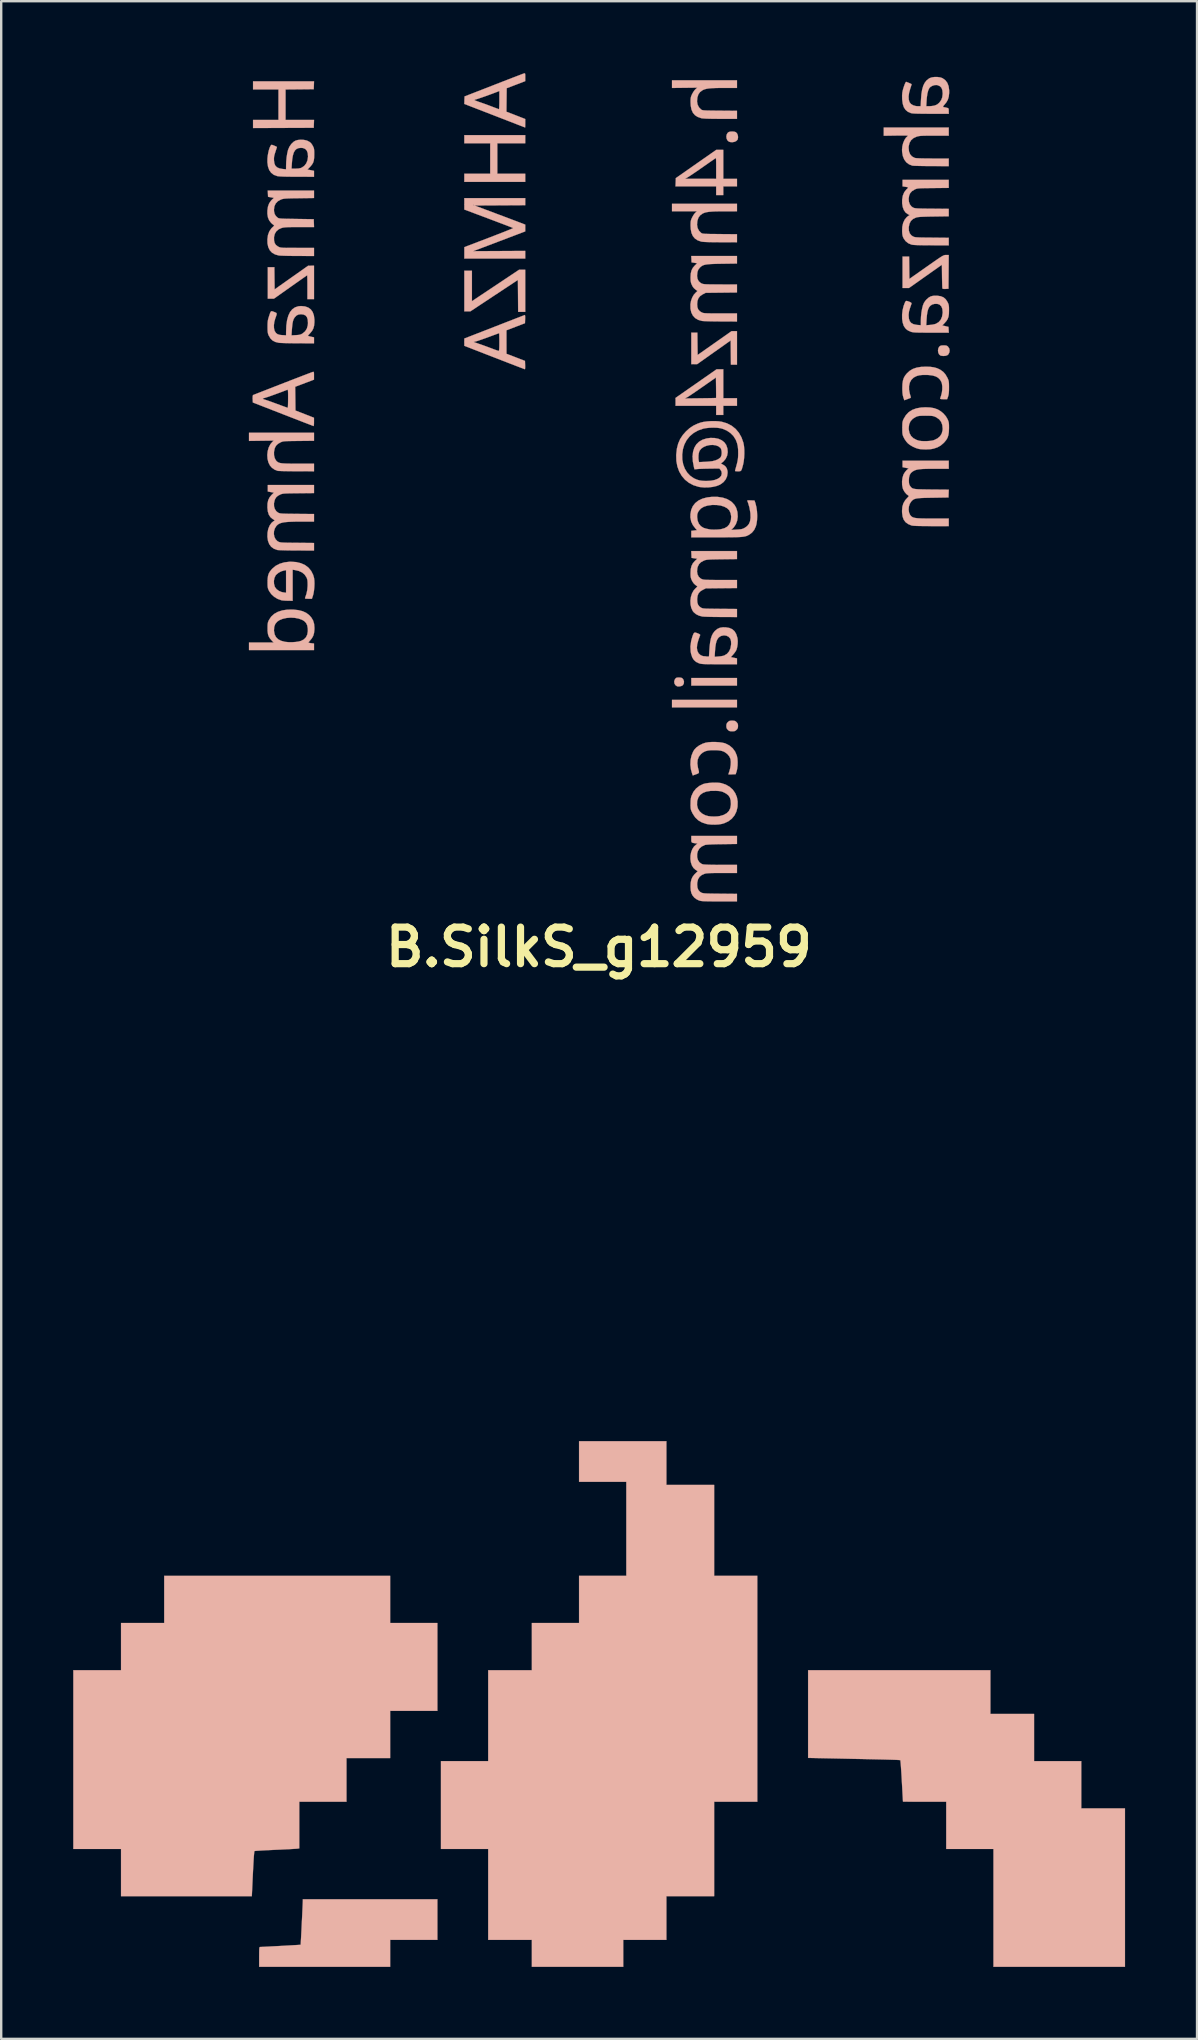
<source format=kicad_pcb>
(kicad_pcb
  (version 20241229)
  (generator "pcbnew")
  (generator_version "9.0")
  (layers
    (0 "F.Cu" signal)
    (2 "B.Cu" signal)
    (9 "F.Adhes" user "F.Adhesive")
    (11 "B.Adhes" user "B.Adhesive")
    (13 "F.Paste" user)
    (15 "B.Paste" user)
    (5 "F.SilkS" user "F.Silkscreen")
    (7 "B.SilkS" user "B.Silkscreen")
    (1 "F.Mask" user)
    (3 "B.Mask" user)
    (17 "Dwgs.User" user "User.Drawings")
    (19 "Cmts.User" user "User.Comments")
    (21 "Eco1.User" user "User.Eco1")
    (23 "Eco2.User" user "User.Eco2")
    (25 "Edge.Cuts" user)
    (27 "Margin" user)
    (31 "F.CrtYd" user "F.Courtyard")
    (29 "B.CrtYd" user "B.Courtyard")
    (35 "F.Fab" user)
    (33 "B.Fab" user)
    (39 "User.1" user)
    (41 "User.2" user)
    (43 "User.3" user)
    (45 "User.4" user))
  (footprint "B.SilkS_g12959"
    (layer "F.Cu")
    (at 21.913 36.429)
    (property "Reference" "B.SilkS_g12959" (at 0 0 0) (layer "F.SilkS") (effects (font (size 1.524 1.524) (thickness 0.3))))
    (attr through_hole)
    (fp_poly (pts (xy 5.757 -10.901) (xy 3.852 -10.901) (xy 3.852 -11.218) (xy 5.757 -11.218) (xy 5.757 -10.901)) (stroke (width 0.01) (type solid)) (fill yes) (layer "B.SilkS"))
    (fp_poly (pts (xy 5.757 -9.991) (xy 3.048 -9.991) (xy 3.048 -10.308) (xy 5.757 -10.308) (xy 5.757 -9.991)) (stroke (width 0.01) (type solid)) (fill yes) (layer "B.SilkS"))
    (fp_poly (pts (xy -3.069 -26.48) (xy -3.365 -26.48) (xy -3.376 -27.811) (xy -4.366 -27.156) (xy -5.357 -26.501) (xy -5.609 -26.501) (xy -5.609 -28.194) (xy -5.292 -28.194) (xy -5.292 -26.924) (xy -3.324 -28.236) (xy -3.069 -28.236) (xy -3.069 -26.48)) (stroke (width 0.01) (type solid)) (fill yes) (layer "B.SilkS"))
    (fp_poly (pts (xy -3.069 -33.507) (xy -4.233 -33.507) (xy -4.233 -32.237) (xy -3.069 -32.237) (xy -3.069 -31.898) (xy -5.609 -31.898) (xy -5.609 -32.237) (xy -4.53 -32.237) (xy -4.53 -33.507) (xy -5.609 -33.507) (xy -5.609 -33.846) (xy -3.069 -33.846) (xy -3.069 -33.507)) (stroke (width 0.01) (type solid)) (fill yes) (layer "B.SilkS"))
    (fp_poly (pts (xy -11.879 -35.925) (xy -11.885 -35.761) (xy -12.472 -35.755) (xy -13.06 -35.75) (xy -13.06 -34.48) (xy -11.873 -34.48) (xy -11.885 -34.152) (xy -14.415 -34.142) (xy -14.415 -34.48) (xy -13.356 -34.48) (xy -13.356 -35.751) (xy -14.415 -35.751) (xy -14.415 -36.089) (xy -11.873 -36.089) (xy -11.879 -35.925)) (stroke (width 0.01) (type solid)) (fill yes) (layer "B.SilkS"))
    (fp_poly (pts (xy 5.757 -24.278) (xy 5.504 -24.278) (xy 5.498 -24.783) (xy 5.493 -25.288) (xy 4.794 -24.794) (xy 4.096 -24.3) (xy 3.974 -24.3) (xy 3.852 -24.299) (xy 3.852 -25.612) (xy 4.106 -25.612) (xy 4.111 -25.147) (xy 4.117 -24.683) (xy 4.823 -25.179) (xy 5.529 -25.675) (xy 5.757 -25.675) (xy 5.757 -24.278)) (stroke (width 0.01) (type solid)) (fill yes) (layer "B.SilkS"))
    (fp_poly (pts (xy 5.641 -33.991) (xy 5.705 -33.972) (xy 5.756 -33.923) (xy 5.789 -33.849) (xy 5.802 -33.764) (xy 5.79 -33.682) (xy 5.778 -33.654) (xy 5.728 -33.602) (xy 5.652 -33.566) (xy 5.562 -33.551) (xy 5.473 -33.558) (xy 5.419 -33.576) (xy 5.359 -33.628) (xy 5.324 -33.702) (xy 5.313 -33.786) (xy 5.327 -33.869) (xy 5.366 -33.938) (xy 5.41 -33.974) (xy 5.474 -33.992) (xy 5.557 -33.998) (xy 5.641 -33.991)) (stroke (width 0.01) (type solid)) (fill yes) (layer "B.SilkS"))
    (fp_poly (pts (xy 3.425 -11.23) (xy 3.471 -11.214) (xy 3.473 -11.212) (xy 3.525 -11.149) (xy 3.548 -11.071) (xy 3.541 -10.991) (xy 3.503 -10.922) (xy 3.494 -10.913) (xy 3.442 -10.885) (xy 3.37 -10.868) (xy 3.298 -10.865) (xy 3.26 -10.872) (xy 3.189 -10.921) (xy 3.148 -10.993) (xy 3.14 -11.077) (xy 3.162 -11.15) (xy 3.194 -11.197) (xy 3.228 -11.226) (xy 3.229 -11.226) (xy 3.285 -11.237) (xy 3.356 -11.238) (xy 3.425 -11.23)) (stroke (width 0.01) (type solid)) (fill yes) (layer "B.SilkS"))
    (fp_poly (pts (xy 14.45 -25.08) (xy 14.501 -25.068) (xy 14.539 -25.044) (xy 14.552 -25.031) (xy 14.606 -24.952) (xy 14.621 -24.861) (xy 14.607 -24.784) (xy 14.567 -24.707) (xy 14.521 -24.67) (xy 14.446 -24.647) (xy 14.356 -24.64) (xy 14.27 -24.65) (xy 14.231 -24.663) (xy 14.179 -24.71) (xy 14.147 -24.781) (xy 14.135 -24.865) (xy 14.146 -24.949) (xy 14.18 -25.018) (xy 14.191 -25.031) (xy 14.229 -25.061) (xy 14.273 -25.077) (xy 14.338 -25.082) (xy 14.372 -25.082) (xy 14.45 -25.08)) (stroke (width 0.01) (type solid)) (fill yes) (layer "B.SilkS"))
    (fp_poly (pts (xy -11.874 -27.009) (xy -12.15 -27.009) (xy -12.15 -27.506) (xy -12.15 -27.646) (xy -12.151 -27.771) (xy -12.153 -27.875) (xy -12.155 -27.951) (xy -12.157 -27.995) (xy -12.159 -28.003) (xy -12.178 -27.992) (xy -12.227 -27.958) (xy -12.304 -27.905) (xy -12.404 -27.835) (xy -12.523 -27.751) (xy -12.659 -27.656) (xy -12.806 -27.552) (xy -12.856 -27.517) (xy -13.544 -27.03) (xy -13.801 -27.03) (xy -13.801 -28.342) (xy -13.526 -28.342) (xy -13.521 -27.88) (xy -13.515 -27.417) (xy -12.118 -28.403) (xy -11.996 -28.404) (xy -11.874 -28.406) (xy -11.874 -27.009)) (stroke (width 0.01) (type solid)) (fill yes) (layer "B.SilkS"))
    (fp_poly (pts (xy 2.815 22.416) (xy 4.805 22.416) (xy 4.805 26.204) (xy 6.604 26.204) (xy 6.604 35.623) (xy 4.805 35.623) (xy 4.805 39.56) (xy 2.815 39.56) (xy 2.815 41.381) (xy 1.016 41.381) (xy 1.016 42.503) (xy -2.794 42.503) (xy -2.794 41.381) (xy -4.614 41.381) (xy -4.614 37.592) (xy -6.583 37.592) (xy -6.583 33.93) (xy -4.614 33.93) (xy -4.614 30.141) (xy -2.794 30.141) (xy -2.794 28.173) (xy -0.826 28.173) (xy -0.826 26.204) (xy 1.143 26.204) (xy 1.143 22.288) (xy -0.826 22.288) (xy -0.826 20.595) (xy 2.815 20.595) (xy 2.815 22.416)) (stroke (width 0.01) (type solid)) (fill yes) (layer "B.SilkS"))
    (fp_poly (pts (xy 5.63 -9.437) (xy 5.679 -9.424) (xy 5.721 -9.395) (xy 5.738 -9.378) (xy 5.779 -9.328) (xy 5.797 -9.273) (xy 5.8 -9.218) (xy 5.794 -9.147) (xy 5.771 -9.095) (xy 5.738 -9.058) (xy 5.695 -9.021) (xy 5.651 -9.002) (xy 5.589 -8.996) (xy 5.556 -8.996) (xy 5.482 -8.999) (xy 5.433 -9.012) (xy 5.392 -9.041) (xy 5.375 -9.058) (xy 5.334 -9.108) (xy 5.316 -9.163) (xy 5.313 -9.218) (xy 5.319 -9.289) (xy 5.342 -9.341) (xy 5.375 -9.378) (xy 5.417 -9.415) (xy 5.461 -9.434) (xy 5.524 -9.44) (xy 5.556 -9.44) (xy 5.63 -9.437)) (stroke (width 0.01) (type solid)) (fill yes) (layer "B.SilkS"))
    (fp_poly (pts (xy 14.579 -28.146) (xy 14.573 -27.443) (xy 14.451 -27.436) (xy 14.372 -27.436) (xy 14.329 -27.446) (xy 14.319 -27.457) (xy 14.316 -27.486) (xy 14.313 -27.55) (xy 14.31 -27.644) (xy 14.307 -27.761) (xy 14.304 -27.894) (xy 14.303 -27.964) (xy 14.298 -28.443) (xy 13.612 -27.959) (xy 12.926 -27.474) (xy 12.658 -27.474) (xy 12.658 -28.787) (xy 12.932 -28.787) (xy 12.938 -28.32) (xy 12.943 -27.853) (xy 13.652 -28.352) (xy 13.828 -28.475) (xy 13.972 -28.576) (xy 14.089 -28.657) (xy 14.182 -28.72) (xy 14.255 -28.768) (xy 14.311 -28.802) (xy 14.355 -28.825) (xy 14.389 -28.839) (xy 14.417 -28.847) (xy 14.443 -28.85) (xy 14.471 -28.85) (xy 14.473 -28.85) (xy 14.584 -28.85) (xy 14.579 -28.146)) (stroke (width 0.01) (type solid)) (fill yes) (layer "B.SilkS"))
    (fp_poly (pts (xy 5.186 -22.881) (xy 5.757 -22.881) (xy 5.757 -22.564) (xy 5.186 -22.564) (xy 5.186 -22.183) (xy 4.889 -22.183) (xy 4.889 -22.564) (xy 3.196 -22.564) (xy 3.196 -22.87) (xy 3.583 -22.87) (xy 4.231 -22.878) (xy 4.392 -22.88) (xy 4.539 -22.882) (xy 4.666 -22.884) (xy 4.769 -22.887) (xy 4.842 -22.889) (xy 4.88 -22.89) (xy 4.885 -22.891) (xy 4.886 -22.913) (xy 4.887 -22.97) (xy 4.887 -23.057) (xy 4.886 -23.168) (xy 4.885 -23.294) (xy 4.885 -23.32) (xy 4.879 -23.744) (xy 4.316 -23.35) (xy 4.175 -23.252) (xy 4.042 -23.16) (xy 3.922 -23.078) (xy 3.819 -23.009) (xy 3.738 -22.955) (xy 3.684 -22.921) (xy 3.668 -22.913) (xy 3.583 -22.87) (xy 3.196 -22.87) (xy 3.196 -22.893) (xy 4.052 -23.49) (xy 4.909 -24.088) (xy 5.186 -24.088) (xy 5.186 -22.881)) (stroke (width 0.01) (type solid)) (fill yes) (layer "B.SilkS"))
    (fp_poly (pts (xy 5.186 -32.025) (xy 5.757 -32.025) (xy 5.757 -31.708) (xy 5.186 -31.708) (xy 5.186 -31.348) (xy 4.889 -31.348) (xy 4.889 -31.708) (xy 3.194 -31.708) (xy 3.201 -31.881) (xy 3.206 -32.026) (xy 3.588 -32.026) (xy 4.239 -32.026) (xy 4.889 -32.025) (xy 4.889 -32.459) (xy 4.889 -32.589) (xy 4.888 -32.704) (xy 4.886 -32.797) (xy 4.883 -32.861) (xy 4.88 -32.892) (xy 4.879 -32.893) (xy 4.86 -32.881) (xy 4.81 -32.848) (xy 4.735 -32.796) (xy 4.637 -32.729) (xy 4.523 -32.649) (xy 4.395 -32.56) (xy 4.338 -32.52) (xy 4.2 -32.423) (xy 4.068 -32.332) (xy 3.947 -32.25) (xy 3.843 -32.18) (xy 3.761 -32.126) (xy 3.707 -32.092) (xy 3.697 -32.086) (xy 3.588 -32.026) (xy 3.206 -32.026) (xy 3.207 -32.054) (xy 4.049 -32.643) (xy 4.892 -33.232) (xy 5.186 -33.232) (xy 5.186 -32.025)) (stroke (width 0.01) (type solid)) (fill yes) (layer "B.SilkS"))
    (fp_poly (pts (xy -8.7 28.173) (xy -6.731 28.173) (xy -6.731 31.835) (xy -8.7 31.835) (xy -8.7 33.803) (xy -10.52 33.803) (xy -10.52 35.623) (xy -12.488 35.623) (xy -12.488 37.567) (xy -12.568 37.579) (xy -12.606 37.582) (xy -12.682 37.587) (xy -12.789 37.593) (xy -12.924 37.601) (xy -13.081 37.608) (xy -13.255 37.617) (xy -13.441 37.625) (xy -13.489 37.627) (xy -13.674 37.636) (xy -13.846 37.644) (xy -14.001 37.652) (xy -14.133 37.66) (xy -14.239 37.667) (xy -14.313 37.673) (xy -14.351 37.678) (xy -14.354 37.679) (xy -14.362 37.704) (xy -14.37 37.772) (xy -14.38 37.881) (xy -14.39 38.033) (xy -14.401 38.225) (xy -14.414 38.459) (xy -14.422 38.627) (xy -14.466 39.56) (xy -19.918 39.56) (xy -19.918 37.592) (xy -21.907 37.592) (xy -21.907 30.141) (xy -19.918 30.141) (xy -19.918 28.173) (xy -18.119 28.173) (xy -18.119 26.204) (xy -8.7 26.204) (xy -8.7 28.173)) (stroke (width 0.01) (type solid)) (fill yes) (layer "B.SilkS"))
    (fp_poly (pts (xy -6.731 41.381) (xy -8.7 41.381) (xy -8.7 42.503) (xy -14.161 42.503) (xy -14.161 42.09) (xy -14.16 41.948) (xy -14.159 41.842) (xy -14.157 41.768) (xy -14.152 41.72) (xy -14.146 41.693) (xy -14.136 41.68) (xy -14.123 41.677) (xy -14.09 41.676) (xy -14.022 41.673) (xy -13.924 41.668) (xy -13.802 41.662) (xy -13.661 41.654) (xy -13.507 41.646) (xy -13.345 41.638) (xy -13.181 41.629) (xy -13.021 41.62) (xy -12.869 41.611) (xy -12.731 41.603) (xy -12.613 41.597) (xy -12.52 41.591) (xy -12.458 41.587) (xy -12.432 41.585) (xy -12.431 41.585) (xy -12.429 41.564) (xy -12.426 41.505) (xy -12.421 41.415) (xy -12.414 41.299) (xy -12.407 41.161) (xy -12.399 41.007) (xy -12.391 40.843) (xy -12.383 40.673) (xy -12.374 40.502) (xy -12.366 40.337) (xy -12.359 40.182) (xy -12.352 40.042) (xy -12.347 39.924) (xy -12.343 39.831) (xy -12.341 39.769) (xy -12.34 39.748) (xy -12.34 39.688) (xy -6.731 39.688) (xy -6.731 41.381)) (stroke (width 0.01) (type solid)) (fill yes) (layer "B.SilkS"))
    (fp_poly (pts (xy -3.069 -30.925) (xy -4.128 -30.919) (xy -5.186 -30.914) (xy -4.345 -30.599) (xy -4.156 -30.528) (xy -3.971 -30.459) (xy -3.796 -30.393) (xy -3.637 -30.333) (xy -3.498 -30.28) (xy -3.386 -30.238) (xy -3.306 -30.207) (xy -3.286 -30.2) (xy -3.069 -30.116) (xy -3.069 -29.975) (xy -3.069 -29.834) (xy -4.155 -29.422) (xy -5.241 -29.009) (xy -3.069 -29.021) (xy -3.069 -28.702) (xy -5.609 -28.702) (xy -5.608 -29.178) (xy -4.583 -29.569) (xy -4.386 -29.645) (xy -4.202 -29.716) (xy -4.035 -29.781) (xy -3.888 -29.839) (xy -3.765 -29.889) (xy -3.669 -29.928) (xy -3.604 -29.956) (xy -3.574 -29.971) (xy -3.572 -29.973) (xy -3.595 -29.983) (xy -3.653 -30.006) (xy -3.743 -30.041) (xy -3.861 -30.087) (xy -4.004 -30.141) (xy -4.168 -30.203) (xy -4.349 -30.272) (xy -4.542 -30.344) (xy -4.598 -30.366) (xy -5.609 -30.745) (xy -5.609 -30.939) (xy -5.242 -30.939) (xy -5.239 -30.926) (xy -5.228 -30.924) (xy -5.211 -30.932) (xy -5.214 -30.939) (xy -5.239 -30.941) (xy -5.242 -30.939) (xy -5.609 -30.939) (xy -5.609 -30.983) (xy -5.609 -31.221) (xy -3.069 -31.221) (xy -3.069 -30.925)) (stroke (width 0.01) (type solid)) (fill yes) (layer "B.SilkS"))
    (fp_poly (pts (xy -11.874 -21.106) (xy -12.515 -21.099) (xy -12.697 -21.097) (xy -12.842 -21.095) (xy -12.955 -21.093) (xy -13.042 -21.089) (xy -13.107 -21.085) (xy -13.155 -21.078) (xy -13.193 -21.07) (xy -13.225 -21.059) (xy -13.257 -21.046) (xy -13.261 -21.044) (xy -13.376 -20.978) (xy -13.456 -20.9) (xy -13.507 -20.804) (xy -13.515 -20.777) (xy -13.542 -20.639) (xy -13.54 -20.505) (xy -13.512 -20.385) (xy -13.459 -20.286) (xy -13.424 -20.249) (xy -13.393 -20.224) (xy -13.358 -20.203) (xy -13.316 -20.187) (xy -13.261 -20.174) (xy -13.189 -20.165) (xy -13.096 -20.159) (xy -12.976 -20.155) (xy -12.825 -20.153) (xy -12.639 -20.152) (xy -12.547 -20.152) (xy -11.874 -20.151) (xy -11.874 -19.833) (xy -12.599 -19.835) (xy -12.773 -19.836) (xy -12.936 -19.838) (xy -13.082 -19.84) (xy -13.207 -19.843) (xy -13.303 -19.847) (xy -13.367 -19.85) (xy -13.39 -19.853) (xy -13.516 -19.902) (xy -13.629 -19.981) (xy -13.709 -20.072) (xy -13.775 -20.204) (xy -13.812 -20.355) (xy -13.822 -20.516) (xy -13.804 -20.678) (xy -13.761 -20.83) (xy -13.692 -20.963) (xy -13.628 -21.041) (xy -13.556 -21.114) (xy -14.584 -21.1) (xy -14.584 -21.442) (xy -11.874 -21.442) (xy -11.874 -21.106)) (stroke (width 0.01) (type solid)) (fill yes) (layer "B.SilkS"))
    (fp_poly (pts (xy 5.757 -30.671) (xy 5.223 -30.67) (xy 5.013 -30.669) (xy 4.841 -30.666) (xy 4.701 -30.659) (xy 4.588 -30.649) (xy 4.496 -30.635) (xy 4.421 -30.617) (xy 4.358 -30.593) (xy 4.319 -30.574) (xy 4.218 -30.5) (xy 4.149 -30.403) (xy 4.108 -30.277) (xy 4.106 -30.267) (xy 4.092 -30.113) (xy 4.115 -29.977) (xy 4.173 -29.862) (xy 4.261 -29.773) (xy 4.279 -29.761) (xy 4.299 -29.751) (xy 4.327 -29.744) (xy 4.367 -29.738) (xy 4.423 -29.733) (xy 4.5 -29.73) (xy 4.603 -29.727) (xy 4.736 -29.725) (xy 4.904 -29.724) (xy 5.039 -29.722) (xy 5.757 -29.716) (xy 5.757 -29.379) (xy 5.064 -29.381) (xy 4.831 -29.383) (xy 4.638 -29.385) (xy 4.486 -29.39) (xy 4.371 -29.396) (xy 4.294 -29.404) (xy 4.265 -29.409) (xy 4.119 -29.46) (xy 4.004 -29.536) (xy 3.918 -29.638) (xy 3.86 -29.769) (xy 3.829 -29.931) (xy 3.821 -30.079) (xy 3.823 -30.178) (xy 3.828 -30.25) (xy 3.842 -30.309) (xy 3.865 -30.369) (xy 3.891 -30.422) (xy 3.934 -30.5) (xy 3.983 -30.571) (xy 4.024 -30.616) (xy 4.088 -30.671) (xy 3.048 -30.671) (xy 3.048 -30.988) (xy 5.757 -30.988) (xy 5.757 -30.671)) (stroke (width 0.01) (type solid)) (fill yes) (layer "B.SilkS"))
    (fp_poly (pts (xy 5.757 -35.814) (xy 5.223 -35.814) (xy 5.013 -35.813) (xy 4.841 -35.809) (xy 4.701 -35.803) (xy 4.588 -35.793) (xy 4.496 -35.779) (xy 4.421 -35.76) (xy 4.358 -35.737) (xy 4.319 -35.717) (xy 4.218 -35.643) (xy 4.149 -35.547) (xy 4.108 -35.421) (xy 4.106 -35.411) (xy 4.092 -35.256) (xy 4.115 -35.12) (xy 4.173 -35.005) (xy 4.261 -34.916) (xy 4.279 -34.904) (xy 4.299 -34.895) (xy 4.327 -34.887) (xy 4.367 -34.881) (xy 4.423 -34.877) (xy 4.5 -34.873) (xy 4.603 -34.871) (xy 4.736 -34.869) (xy 4.904 -34.867) (xy 5.039 -34.866) (xy 5.757 -34.86) (xy 5.757 -34.523) (xy 5.064 -34.525) (xy 4.831 -34.526) (xy 4.638 -34.529) (xy 4.486 -34.533) (xy 4.371 -34.54) (xy 4.294 -34.547) (xy 4.265 -34.553) (xy 4.119 -34.604) (xy 4.004 -34.679) (xy 3.918 -34.781) (xy 3.86 -34.912) (xy 3.829 -35.074) (xy 3.821 -35.222) (xy 3.822 -35.32) (xy 3.828 -35.392) (xy 3.841 -35.45) (xy 3.864 -35.51) (xy 3.89 -35.565) (xy 3.936 -35.645) (xy 3.987 -35.717) (xy 4.032 -35.766) (xy 4.103 -35.825) (xy 3.576 -35.819) (xy 3.048 -35.813) (xy 3.048 -36.132) (xy 5.757 -36.132) (xy 5.757 -35.814)) (stroke (width 0.01) (type solid)) (fill yes) (layer "B.SilkS"))
    (fp_poly (pts (xy 16.32 31.962) (xy 18.14 31.962) (xy 18.14 33.93) (xy 20.108 33.93) (xy 20.108 35.899) (xy 21.929 35.899) (xy 21.929 42.503) (xy 16.447 42.503) (xy 16.447 37.592) (xy 14.478 37.592) (xy 14.478 35.623) (xy 13.578 35.623) (xy 13.388 35.623) (xy 13.211 35.623) (xy 13.052 35.622) (xy 12.915 35.622) (xy 12.805 35.621) (xy 12.727 35.62) (xy 12.683 35.619) (xy 12.676 35.618) (xy 12.675 35.597) (xy 12.671 35.537) (xy 12.666 35.445) (xy 12.659 35.323) (xy 12.651 35.178) (xy 12.642 35.012) (xy 12.632 34.831) (xy 12.628 34.762) (xy 12.618 34.576) (xy 12.607 34.404) (xy 12.597 34.249) (xy 12.588 34.116) (xy 12.579 34.011) (xy 12.572 33.936) (xy 12.567 33.898) (xy 12.565 33.894) (xy 12.56 33.891) (xy 12.55 33.889) (xy 12.532 33.886) (xy 12.504 33.884) (xy 12.464 33.881) (xy 12.409 33.879) (xy 12.338 33.876) (xy 12.247 33.873) (xy 12.136 33.87) (xy 12.001 33.866) (xy 11.841 33.862) (xy 11.653 33.858) (xy 11.435 33.853) (xy 11.184 33.847) (xy 10.899 33.841) (xy 10.578 33.835) (xy 10.217 33.827) (xy 10.028 33.823) (xy 8.721 33.796) (xy 8.721 30.141) (xy 16.32 30.141) (xy 16.32 31.962)) (stroke (width 0.01) (type solid)) (fill yes) (layer "B.SilkS"))
    (fp_poly (pts (xy 14.584 -33.824) (xy 13.983 -33.824) (xy 13.803 -33.824) (xy 13.66 -33.823) (xy 13.548 -33.821) (xy 13.462 -33.818) (xy 13.394 -33.813) (xy 13.34 -33.805) (xy 13.294 -33.796) (xy 13.251 -33.784) (xy 13.247 -33.783) (xy 13.115 -33.723) (xy 13.015 -33.636) (xy 12.949 -33.523) (xy 12.915 -33.385) (xy 12.912 -33.311) (xy 12.927 -33.167) (xy 12.973 -33.049) (xy 13.049 -32.961) (xy 13.153 -32.903) (xy 13.181 -32.894) (xy 13.226 -32.888) (xy 13.308 -32.882) (xy 13.425 -32.878) (xy 13.57 -32.875) (xy 13.741 -32.873) (xy 13.922 -32.872) (xy 14.584 -32.872) (xy 14.584 -32.554) (xy 13.859 -32.556) (xy 13.685 -32.557) (xy 13.522 -32.559) (xy 13.376 -32.562) (xy 13.252 -32.565) (xy 13.155 -32.568) (xy 13.091 -32.572) (xy 13.068 -32.574) (xy 12.929 -32.628) (xy 12.815 -32.713) (xy 12.728 -32.83) (xy 12.669 -32.976) (xy 12.64 -33.149) (xy 12.636 -33.239) (xy 12.649 -33.379) (xy 12.683 -33.516) (xy 12.735 -33.64) (xy 12.8 -33.741) (xy 12.869 -33.805) (xy 12.879 -33.814) (xy 12.874 -33.821) (xy 12.85 -33.826) (xy 12.802 -33.829) (xy 12.727 -33.83) (xy 12.619 -33.83) (xy 12.476 -33.829) (xy 12.395 -33.828) (xy 11.874 -33.82) (xy 11.874 -34.163) (xy 14.584 -34.163) (xy 14.584 -33.824)) (stroke (width 0.01) (type solid)) (fill yes) (layer "B.SilkS"))
    (fp_poly (pts (xy 5.008 -8.541) (xy 5.144 -8.523) (xy 5.255 -8.497) (xy 5.276 -8.489) (xy 5.442 -8.404) (xy 5.577 -8.29) (xy 5.681 -8.148) (xy 5.751 -7.982) (xy 5.775 -7.864) (xy 5.785 -7.721) (xy 5.782 -7.572) (xy 5.765 -7.431) (xy 5.743 -7.334) (xy 5.703 -7.207) (xy 5.55 -7.201) (xy 5.476 -7.199) (xy 5.422 -7.2) (xy 5.398 -7.202) (xy 5.397 -7.203) (xy 5.404 -7.226) (xy 5.421 -7.277) (xy 5.441 -7.336) (xy 5.474 -7.459) (xy 5.494 -7.592) (xy 5.499 -7.72) (xy 5.488 -7.828) (xy 5.483 -7.849) (xy 5.434 -7.955) (xy 5.352 -8.052) (xy 5.245 -8.129) (xy 5.202 -8.151) (xy 5.135 -8.175) (xy 5.062 -8.192) (xy 4.971 -8.203) (xy 4.86 -8.209) (xy 4.687 -8.209) (xy 4.546 -8.194) (xy 4.431 -8.163) (xy 4.334 -8.112) (xy 4.253 -8.045) (xy 4.168 -7.937) (xy 4.118 -7.81) (xy 4.105 -7.664) (xy 4.126 -7.497) (xy 4.14 -7.439) (xy 4.163 -7.352) (xy 4.172 -7.295) (xy 4.163 -7.26) (xy 4.132 -7.236) (xy 4.075 -7.213) (xy 4.047 -7.203) (xy 3.914 -7.155) (xy 3.892 -7.213) (xy 3.838 -7.405) (xy 3.814 -7.602) (xy 3.822 -7.797) (xy 3.86 -7.981) (xy 3.927 -8.146) (xy 3.981 -8.233) (xy 4.068 -8.325) (xy 4.186 -8.41) (xy 4.321 -8.478) (xy 4.445 -8.52) (xy 4.564 -8.54) (xy 4.706 -8.55) (xy 4.858 -8.55) (xy 5.008 -8.541)) (stroke (width 0.01) (type solid)) (fill yes) (layer "B.SilkS"))
    (fp_poly (pts (xy -12.732 -14.069) (xy -12.523 -14.046) (xy -12.346 -14.001) (xy -12.198 -13.933) (xy -12.074 -13.838) (xy -11.986 -13.74) (xy -11.913 -13.617) (xy -11.87 -13.474) (xy -11.856 -13.307) (xy -11.858 -13.231) (xy -11.873 -13.091) (xy -11.906 -12.977) (xy -11.963 -12.874) (xy -12.034 -12.786) (xy -12.076 -12.739) (xy -12.102 -12.704) (xy -12.107 -12.695) (xy -12.088 -12.686) (xy -12.039 -12.676) (xy -11.991 -12.669) (xy -11.874 -12.655) (xy -11.874 -12.383) (xy -14.584 -12.383) (xy -14.584 -12.7) (xy -13.559 -12.7) (xy -13.635 -12.779) (xy -13.709 -12.864) (xy -13.76 -12.946) (xy -13.791 -13.035) (xy -13.807 -13.144) (xy -13.809 -13.201) (xy -13.543 -13.201) (xy -13.541 -13.177) (xy -13.515 -13.036) (xy -13.458 -12.922) (xy -13.37 -12.834) (xy -13.249 -12.77) (xy -13.093 -12.728) (xy -13.06 -12.723) (xy -12.929 -12.711) (xy -12.784 -12.71) (xy -12.641 -12.72) (xy -12.512 -12.739) (xy -12.415 -12.765) (xy -12.296 -12.828) (xy -12.209 -12.915) (xy -12.155 -13.029) (xy -12.132 -13.17) (xy -12.134 -13.277) (xy -12.156 -13.408) (xy -12.204 -13.51) (xy -12.281 -13.589) (xy -12.366 -13.64) (xy -12.513 -13.694) (xy -12.676 -13.725) (xy -12.847 -13.734) (xy -13.016 -13.721) (xy -13.174 -13.686) (xy -13.311 -13.631) (xy -13.409 -13.565) (xy -13.489 -13.468) (xy -13.533 -13.347) (xy -13.543 -13.201) (xy -13.809 -13.201) (xy -13.811 -13.282) (xy -13.81 -13.389) (xy -13.806 -13.465) (xy -13.797 -13.523) (xy -13.78 -13.574) (xy -13.754 -13.632) (xy -13.752 -13.635) (xy -13.661 -13.774) (xy -13.537 -13.888) (xy -13.382 -13.975) (xy -13.199 -14.035) (xy -12.989 -14.067) (xy -12.753 -14.07) (xy -12.732 -14.069)) (stroke (width 0.01) (type solid)) (fill yes) (layer "B.SilkS"))
    (fp_poly (pts (xy 13.813 -24.189) (xy 13.964 -24.168) (xy 14.094 -24.132) (xy 14.213 -24.077) (xy 14.242 -24.06) (xy 14.352 -23.98) (xy 14.441 -23.881) (xy 14.518 -23.751) (xy 14.537 -23.714) (xy 14.561 -23.658) (xy 14.577 -23.609) (xy 14.587 -23.554) (xy 14.592 -23.484) (xy 14.594 -23.388) (xy 14.594 -23.326) (xy 14.593 -23.194) (xy 14.586 -23.094) (xy 14.574 -23.016) (xy 14.556 -22.95) (xy 14.556 -22.95) (xy 14.517 -22.839) (xy 14.37 -22.839) (xy 14.298 -22.841) (xy 14.246 -22.847) (xy 14.224 -22.856) (xy 14.224 -22.857) (xy 14.231 -22.885) (xy 14.248 -22.94) (xy 14.268 -23) (xy 14.297 -23.115) (xy 14.313 -23.244) (xy 14.314 -23.372) (xy 14.299 -23.484) (xy 14.28 -23.548) (xy 14.221 -23.652) (xy 14.143 -23.731) (xy 14.042 -23.788) (xy 13.912 -23.826) (xy 13.749 -23.847) (xy 13.671 -23.851) (xy 13.504 -23.851) (xy 13.37 -23.838) (xy 13.259 -23.81) (xy 13.163 -23.765) (xy 13.109 -23.73) (xy 13.02 -23.64) (xy 12.959 -23.524) (xy 12.929 -23.386) (xy 12.929 -23.231) (xy 12.961 -23.065) (xy 12.971 -23.033) (xy 12.993 -22.961) (xy 13.002 -22.92) (xy 12.997 -22.898) (xy 12.981 -22.888) (xy 12.979 -22.887) (xy 12.939 -22.872) (xy 12.877 -22.849) (xy 12.842 -22.835) (xy 12.783 -22.813) (xy 12.744 -22.799) (xy 12.734 -22.797) (xy 12.725 -22.815) (xy 12.708 -22.864) (xy 12.687 -22.929) (xy 12.667 -23.011) (xy 12.655 -23.103) (xy 12.649 -23.217) (xy 12.648 -23.315) (xy 12.654 -23.478) (xy 12.673 -23.61) (xy 12.707 -23.72) (xy 12.761 -23.818) (xy 12.837 -23.913) (xy 12.953 -24.02) (xy 13.087 -24.101) (xy 13.244 -24.155) (xy 13.428 -24.186) (xy 13.631 -24.195) (xy 13.813 -24.189)) (stroke (width 0.01) (type solid)) (fill yes) (layer "B.SilkS"))
    (fp_poly (pts (xy -12.614 -16.05) (xy -12.417 -16.002) (xy -12.246 -15.925) (xy -12.104 -15.817) (xy -11.992 -15.681) (xy -11.91 -15.518) (xy -11.872 -15.386) (xy -11.859 -15.28) (xy -11.855 -15.148) (xy -11.861 -15.003) (xy -11.875 -14.86) (xy -11.897 -14.732) (xy -11.915 -14.663) (xy -11.961 -14.52) (xy -12.11 -14.52) (xy -12.189 -14.522) (xy -12.233 -14.527) (xy -12.249 -14.538) (xy -12.248 -14.553) (xy -12.189 -14.727) (xy -12.155 -14.886) (xy -12.141 -15.05) (xy -12.14 -15.102) (xy -12.142 -15.208) (xy -12.148 -15.285) (xy -12.161 -15.344) (xy -12.182 -15.399) (xy -12.19 -15.415) (xy -12.266 -15.529) (xy -12.371 -15.617) (xy -12.508 -15.68) (xy -12.674 -15.718) (xy -12.764 -15.732) (xy -12.764 -14.436) (xy -12.959 -14.438) (xy -13.057 -14.441) (xy -13.148 -14.447) (xy -13.217 -14.455) (xy -13.235 -14.459) (xy -13.39 -14.514) (xy -13.533 -14.601) (xy -13.654 -14.712) (xy -13.744 -14.84) (xy -13.752 -14.856) (xy -13.778 -14.912) (xy -13.795 -14.961) (xy -13.805 -15.016) (xy -13.81 -15.088) (xy -13.811 -15.187) (xy -13.811 -15.219) (xy -13.809 -15.267) (xy -13.546 -15.267) (xy -13.541 -15.142) (xy -13.51 -15.028) (xy -13.5 -15.007) (xy -13.433 -14.919) (xy -13.334 -14.847) (xy -13.215 -14.798) (xy -13.086 -14.777) (xy -13.039 -14.774) (xy -13.039 -15.711) (xy -13.127 -15.697) (xy -13.242 -15.663) (xy -13.353 -15.603) (xy -13.445 -15.527) (xy -13.477 -15.488) (xy -13.524 -15.387) (xy -13.546 -15.267) (xy -13.809 -15.267) (xy -13.806 -15.363) (xy -13.791 -15.477) (xy -13.761 -15.571) (xy -13.712 -15.657) (xy -13.64 -15.746) (xy -13.611 -15.777) (xy -13.472 -15.894) (xy -13.304 -15.981) (xy -13.111 -16.038) (xy -12.896 -16.064) (xy -12.836 -16.065) (xy -12.614 -16.05)) (stroke (width 0.01) (type solid)) (fill yes) (layer "B.SilkS"))
    (fp_poly (pts (xy -3.079 -36.416) (xy -3.072 -36.388) (xy -3.069 -36.331) (xy -3.069 -36.265) (xy -3.069 -36.097) (xy -3.455 -35.949) (xy -3.842 -35.802) (xy -3.853 -34.823) (xy -3.541 -34.702) (xy -3.427 -34.658) (xy -3.32 -34.616) (xy -3.231 -34.581) (xy -3.168 -34.557) (xy -3.149 -34.549) (xy -3.069 -34.518) (xy -3.069 -34.341) (xy -3.07 -34.26) (xy -3.071 -34.199) (xy -3.074 -34.167) (xy -3.074 -34.165) (xy -3.095 -34.172) (xy -3.151 -34.194) (xy -3.24 -34.229) (xy -3.359 -34.274) (xy -3.503 -34.331) (xy -3.671 -34.396) (xy -3.858 -34.468) (xy -4.062 -34.547) (xy -4.278 -34.631) (xy -4.345 -34.657) (xy -5.61 -35.147) (xy -5.604 -35.303) (xy -5.604 -35.309) (xy -5.186 -35.309) (xy -5.167 -35.296) (xy -5.116 -35.275) (xy -5.042 -35.247) (xy -4.979 -35.225) (xy -4.88 -35.191) (xy -4.756 -35.147) (xy -4.622 -35.098) (xy -4.494 -35.05) (xy -4.477 -35.043) (xy -4.372 -35.003) (xy -4.281 -34.969) (xy -4.212 -34.944) (xy -4.172 -34.929) (xy -4.165 -34.927) (xy -4.159 -34.947) (xy -4.155 -35.002) (xy -4.152 -35.086) (xy -4.149 -35.192) (xy -4.149 -35.306) (xy -4.149 -35.686) (xy -4.249 -35.647) (xy -4.343 -35.611) (xy -4.455 -35.569) (xy -4.578 -35.524) (xy -4.704 -35.478) (xy -4.826 -35.435) (xy -4.937 -35.397) (xy -5.028 -35.366) (xy -5.092 -35.345) (xy -5.117 -35.338) (xy -5.164 -35.325) (xy -5.186 -35.31) (xy -5.186 -35.309) (xy -5.604 -35.309) (xy -5.599 -35.459) (xy -4.381 -35.933) (xy -4.165 -36.018) (xy -3.959 -36.098) (xy -3.767 -36.172) (xy -3.594 -36.239) (xy -3.442 -36.297) (xy -3.314 -36.346) (xy -3.216 -36.384) (xy -3.149 -36.409) (xy -3.118 -36.42) (xy -3.117 -36.42) (xy -3.093 -36.424) (xy -3.079 -36.416)) (stroke (width 0.01) (type solid)) (fill yes) (layer "B.SilkS"))
    (fp_poly (pts (xy -3.078 -26.333) (xy -3.073 -26.282) (xy -3.073 -26.202) (xy -3.074 -26.182) (xy -3.08 -26.007) (xy -3.852 -25.711) (xy -3.851 -24.733) (xy -3.466 -24.585) (xy -3.08 -24.436) (xy -3.074 -24.262) (xy -3.073 -24.182) (xy -3.075 -24.122) (xy -3.082 -24.091) (xy -3.084 -24.089) (xy -3.107 -24.096) (xy -3.165 -24.118) (xy -3.254 -24.152) (xy -3.372 -24.197) (xy -3.513 -24.251) (xy -3.675 -24.313) (xy -3.852 -24.382) (xy -4.042 -24.455) (xy -4.053 -24.46) (xy -4.256 -24.539) (xy -4.458 -24.617) (xy -4.652 -24.692) (xy -4.834 -24.763) (xy -4.997 -24.827) (xy -5.136 -24.881) (xy -5.246 -24.923) (xy -5.308 -24.948) (xy -5.609 -25.065) (xy -5.609 -25.224) (xy -5.222 -25.224) (xy -4.987 -25.143) (xy -4.871 -25.103) (xy -4.733 -25.053) (xy -4.592 -25.001) (xy -4.477 -24.958) (xy -4.375 -24.919) (xy -4.286 -24.887) (xy -4.218 -24.864) (xy -4.18 -24.852) (xy -4.175 -24.851) (xy -4.165 -24.861) (xy -4.158 -24.894) (xy -4.153 -24.955) (xy -4.15 -25.048) (xy -4.149 -25.178) (xy -4.149 -25.22) (xy -4.149 -25.34) (xy -4.151 -25.444) (xy -4.153 -25.524) (xy -4.156 -25.576) (xy -4.159 -25.59) (xy -4.181 -25.583) (xy -4.236 -25.564) (xy -4.319 -25.533) (xy -4.425 -25.495) (xy -4.545 -25.45) (xy -4.587 -25.435) (xy -4.72 -25.386) (xy -4.846 -25.341) (xy -4.958 -25.302) (xy -5.047 -25.272) (xy -5.107 -25.253) (xy -5.114 -25.251) (xy -5.222 -25.224) (xy -5.609 -25.224) (xy -5.609 -25.368) (xy -4.358 -25.855) (xy -4.14 -25.94) (xy -3.932 -26.021) (xy -3.74 -26.096) (xy -3.566 -26.163) (xy -3.414 -26.223) (xy -3.286 -26.272) (xy -3.188 -26.31) (xy -3.121 -26.336) (xy -3.089 -26.349) (xy -3.087 -26.349) (xy -3.078 -26.333)) (stroke (width 0.01) (type solid)) (fill yes) (layer "B.SilkS"))
    (fp_poly (pts (xy 4.982 -6.853) (xy 5.09 -6.839) (xy 5.1 -6.837) (xy 5.289 -6.775) (xy 5.451 -6.682) (xy 5.584 -6.562) (xy 5.685 -6.416) (xy 5.754 -6.249) (xy 5.786 -6.064) (xy 5.781 -5.863) (xy 5.778 -5.838) (xy 5.733 -5.652) (xy 5.653 -5.49) (xy 5.54 -5.353) (xy 5.396 -5.243) (xy 5.224 -5.164) (xy 5.12 -5.134) (xy 4.995 -5.114) (xy 4.848 -5.105) (xy 4.696 -5.107) (xy 4.556 -5.12) (xy 4.483 -5.134) (xy 4.296 -5.197) (xy 4.139 -5.288) (xy 4.012 -5.41) (xy 3.911 -5.563) (xy 3.901 -5.583) (xy 3.865 -5.657) (xy 3.841 -5.716) (xy 3.828 -5.771) (xy 3.822 -5.837) (xy 3.821 -5.92) (xy 4.092 -5.92) (xy 4.126 -5.783) (xy 4.196 -5.665) (xy 4.299 -5.569) (xy 4.432 -5.498) (xy 4.557 -5.462) (xy 4.677 -5.447) (xy 4.816 -5.443) (xy 4.951 -5.45) (xy 5.042 -5.464) (xy 5.204 -5.512) (xy 5.33 -5.583) (xy 5.421 -5.676) (xy 5.478 -5.793) (xy 5.502 -5.935) (xy 5.503 -5.976) (xy 5.493 -6.12) (xy 5.46 -6.233) (xy 5.401 -6.323) (xy 5.309 -6.397) (xy 5.236 -6.437) (xy 5.169 -6.469) (xy 5.11 -6.489) (xy 5.047 -6.502) (xy 4.966 -6.51) (xy 4.865 -6.515) (xy 4.656 -6.512) (xy 4.48 -6.484) (xy 4.337 -6.429) (xy 4.227 -6.349) (xy 4.149 -6.243) (xy 4.103 -6.11) (xy 4.096 -6.072) (xy 4.092 -5.92) (xy 3.821 -5.92) (xy 3.821 -5.927) (xy 3.821 -5.968) (xy 3.824 -6.104) (xy 3.836 -6.209) (xy 3.856 -6.293) (xy 3.859 -6.3) (xy 3.938 -6.469) (xy 4.05 -6.61) (xy 4.192 -6.722) (xy 4.355 -6.8) (xy 4.448 -6.824) (xy 4.571 -6.842) (xy 4.71 -6.854) (xy 4.851 -6.857) (xy 4.982 -6.853)) (stroke (width 0.01) (type solid)) (fill yes) (layer "B.SilkS"))
    (fp_poly (pts (xy -11.884 -23.97) (xy -11.877 -23.941) (xy -11.875 -23.883) (xy -11.875 -23.82) (xy -11.875 -23.654) (xy -12.658 -23.357) (xy -12.652 -22.862) (xy -12.647 -22.367) (xy -12.261 -22.217) (xy -11.875 -22.066) (xy -11.875 -21.892) (xy -11.876 -21.812) (xy -11.881 -21.752) (xy -11.888 -21.721) (xy -11.89 -21.719) (xy -11.912 -21.727) (xy -11.97 -21.749) (xy -12.061 -21.784) (xy -12.181 -21.83) (xy -12.327 -21.886) (xy -12.496 -21.952) (xy -12.684 -22.025) (xy -12.888 -22.104) (xy -13.105 -22.188) (xy -13.166 -22.212) (xy -14.425 -22.703) (xy -14.431 -22.853) (xy -14.431 -22.859) (xy -14.012 -22.859) (xy -13.994 -22.845) (xy -13.947 -22.828) (xy -13.922 -22.821) (xy -13.876 -22.806) (xy -13.797 -22.779) (xy -13.693 -22.743) (xy -13.572 -22.699) (xy -13.442 -22.651) (xy -13.409 -22.639) (xy -13.283 -22.593) (xy -13.171 -22.551) (xy -13.078 -22.518) (xy -13.01 -22.493) (xy -12.974 -22.481) (xy -12.97 -22.48) (xy -12.965 -22.5) (xy -12.96 -22.555) (xy -12.957 -22.64) (xy -12.955 -22.747) (xy -12.954 -22.862) (xy -12.954 -22.998) (xy -12.955 -23.097) (xy -12.958 -23.165) (xy -12.962 -23.207) (xy -12.97 -23.228) (xy -12.98 -23.234) (xy -12.991 -23.231) (xy -13.108 -23.186) (xy -13.239 -23.136) (xy -13.375 -23.086) (xy -13.511 -23.036) (xy -13.638 -22.99) (xy -13.749 -22.951) (xy -13.837 -22.921) (xy -13.894 -22.904) (xy -13.901 -22.902) (xy -13.963 -22.883) (xy -14.003 -22.867) (xy -14.012 -22.859) (xy -14.431 -22.859) (xy -14.432 -22.941) (xy -14.425 -22.993) (xy -14.41 -23.014) (xy -14.25 -23.077) (xy -14.073 -23.146) (xy -13.882 -23.221) (xy -13.681 -23.299) (xy -13.475 -23.38) (xy -13.266 -23.461) (xy -13.06 -23.541) (xy -12.859 -23.619) (xy -12.668 -23.693) (xy -12.49 -23.761) (xy -12.33 -23.823) (xy -12.191 -23.876) (xy -12.076 -23.92) (xy -11.991 -23.952) (xy -11.938 -23.971) (xy -11.922 -23.977) (xy -11.898 -23.98) (xy -11.884 -23.97)) (stroke (width 0.01) (type solid)) (fill yes) (layer "B.SilkS"))
    (fp_poly (pts (xy 13.817 -22.493) (xy 13.982 -22.463) (xy 14.126 -22.411) (xy 14.255 -22.333) (xy 14.363 -22.243) (xy 14.465 -22.125) (xy 14.534 -22.007) (xy 14.56 -21.946) (xy 14.578 -21.893) (xy 14.588 -21.836) (xy 14.593 -21.763) (xy 14.594 -21.663) (xy 14.594 -21.632) (xy 14.588 -21.472) (xy 14.569 -21.343) (xy 14.534 -21.235) (xy 14.478 -21.138) (xy 14.398 -21.041) (xy 14.363 -21.006) (xy 14.247 -20.907) (xy 14.12 -20.835) (xy 13.971 -20.784) (xy 13.878 -20.763) (xy 13.782 -20.752) (xy 13.661 -20.747) (xy 13.533 -20.748) (xy 13.415 -20.755) (xy 13.337 -20.766) (xy 13.214 -20.803) (xy 13.081 -20.863) (xy 12.958 -20.937) (xy 12.881 -20.998) (xy 12.812 -21.075) (xy 12.746 -21.172) (xy 12.716 -21.227) (xy 12.687 -21.288) (xy 12.668 -21.337) (xy 12.656 -21.388) (xy 12.65 -21.45) (xy 12.647 -21.533) (xy 12.647 -21.632) (xy 12.647 -21.654) (xy 12.915 -21.654) (xy 12.917 -21.575) (xy 12.947 -21.43) (xy 13.011 -21.31) (xy 13.109 -21.214) (xy 13.241 -21.143) (xy 13.343 -21.11) (xy 13.434 -21.096) (xy 13.55 -21.09) (xy 13.677 -21.092) (xy 13.802 -21.101) (xy 13.909 -21.118) (xy 13.97 -21.134) (xy 14.112 -21.203) (xy 14.22 -21.295) (xy 14.291 -21.409) (xy 14.326 -21.544) (xy 14.33 -21.61) (xy 14.314 -21.766) (xy 14.266 -21.895) (xy 14.185 -21.999) (xy 14.069 -22.081) (xy 14.028 -22.101) (xy 13.979 -22.121) (xy 13.931 -22.135) (xy 13.875 -22.144) (xy 13.802 -22.148) (xy 13.702 -22.15) (xy 13.621 -22.151) (xy 13.499 -22.15) (xy 13.41 -22.147) (xy 13.345 -22.141) (xy 13.293 -22.131) (xy 13.246 -22.115) (xy 13.213 -22.101) (xy 13.086 -22.023) (xy 12.993 -21.923) (xy 12.936 -21.8) (xy 12.915 -21.654) (xy 12.647 -21.654) (xy 12.648 -21.746) (xy 12.651 -21.828) (xy 12.658 -21.889) (xy 12.671 -21.94) (xy 12.691 -21.991) (xy 12.703 -22.017) (xy 12.796 -22.172) (xy 12.913 -22.297) (xy 13.057 -22.391) (xy 13.23 -22.456) (xy 13.432 -22.493) (xy 13.621 -22.502) (xy 13.817 -22.493)) (stroke (width 0.01) (type solid)) (fill yes) (layer "B.SilkS"))
    (fp_poly (pts (xy -11.874 -18.926) (xy -12.525 -18.919) (xy -12.709 -18.917) (xy -12.856 -18.915) (xy -12.97 -18.913) (xy -13.058 -18.909) (xy -13.124 -18.905) (xy -13.174 -18.899) (xy -13.213 -18.89) (xy -13.245 -18.88) (xy -13.277 -18.867) (xy -13.285 -18.863) (xy -13.384 -18.809) (xy -13.452 -18.748) (xy -13.499 -18.667) (xy -13.514 -18.629) (xy -13.543 -18.499) (xy -13.54 -18.374) (xy -13.507 -18.262) (xy -13.446 -18.17) (xy -13.367 -18.109) (xy -13.341 -18.097) (xy -13.314 -18.088) (xy -13.279 -18.08) (xy -13.232 -18.074) (xy -13.168 -18.07) (xy -13.082 -18.067) (xy -12.97 -18.064) (xy -12.827 -18.062) (xy -12.648 -18.06) (xy -12.578 -18.059) (xy -11.874 -18.053) (xy -11.874 -17.738) (xy -12.409 -17.737) (xy -12.634 -17.736) (xy -12.822 -17.731) (xy -12.976 -17.723) (xy -13.101 -17.711) (xy -13.201 -17.692) (xy -13.282 -17.668) (xy -13.346 -17.637) (xy -13.399 -17.598) (xy -13.446 -17.55) (xy -13.448 -17.547) (xy -13.509 -17.447) (xy -13.542 -17.334) (xy -13.547 -17.216) (xy -13.525 -17.103) (xy -13.477 -17.004) (xy -13.405 -16.928) (xy -13.374 -16.908) (xy -13.348 -16.895) (xy -13.321 -16.884) (xy -13.29 -16.876) (xy -13.249 -16.869) (xy -13.193 -16.864) (xy -13.117 -16.861) (xy -13.017 -16.858) (xy -12.889 -16.856) (xy -12.726 -16.854) (xy -12.578 -16.853) (xy -11.874 -16.846) (xy -11.874 -16.531) (xy -12.599 -16.533) (xy -12.774 -16.534) (xy -12.939 -16.536) (xy -13.087 -16.539) (xy -13.214 -16.543) (xy -13.313 -16.547) (xy -13.38 -16.551) (xy -13.404 -16.554) (xy -13.546 -16.606) (xy -13.658 -16.686) (xy -13.74 -16.796) (xy -13.793 -16.936) (xy -13.817 -17.103) (xy -13.812 -17.275) (xy -13.781 -17.433) (xy -13.724 -17.572) (xy -13.646 -17.683) (xy -13.571 -17.747) (xy -13.509 -17.788) (xy -13.601 -17.846) (xy -13.692 -17.924) (xy -13.758 -18.026) (xy -13.799 -18.157) (xy -13.817 -18.32) (xy -13.813 -18.491) (xy -13.782 -18.634) (xy -13.722 -18.755) (xy -13.64 -18.853) (xy -13.548 -18.942) (xy -13.801 -18.992) (xy -13.801 -19.262) (xy -11.874 -19.262) (xy -11.874 -18.926)) (stroke (width 0.01) (type solid)) (fill yes) (layer "B.SilkS"))
    (fp_poly (pts (xy 5.757 -16.175) (xy 5.128 -16.167) (xy 4.946 -16.165) (xy 4.802 -16.162) (xy 4.689 -16.159) (xy 4.603 -16.155) (xy 4.537 -16.15) (xy 4.486 -16.143) (xy 4.445 -16.135) (xy 4.409 -16.123) (xy 4.377 -16.111) (xy 4.258 -16.047) (xy 4.173 -15.962) (xy 4.12 -15.852) (xy 4.106 -15.801) (xy 4.092 -15.66) (xy 4.112 -15.537) (xy 4.163 -15.437) (xy 4.246 -15.364) (xy 4.281 -15.345) (xy 4.309 -15.334) (xy 4.34 -15.325) (xy 4.379 -15.318) (xy 4.431 -15.313) (xy 4.501 -15.309) (xy 4.594 -15.307) (xy 4.715 -15.305) (xy 4.868 -15.304) (xy 5.058 -15.304) (xy 5.064 -15.304) (xy 5.757 -15.303) (xy 5.757 -14.967) (xy 5.106 -14.961) (xy 4.456 -14.954) (xy 4.329 -14.891) (xy 4.226 -14.827) (xy 4.157 -14.749) (xy 4.116 -14.651) (xy 4.099 -14.525) (xy 4.098 -14.491) (xy 4.105 -14.37) (xy 4.132 -14.278) (xy 4.182 -14.208) (xy 4.249 -14.157) (xy 4.271 -14.144) (xy 4.294 -14.133) (xy 4.322 -14.125) (xy 4.359 -14.118) (xy 4.411 -14.113) (xy 4.483 -14.109) (xy 4.577 -14.107) (xy 4.701 -14.105) (xy 4.857 -14.103) (xy 5.043 -14.101) (xy 5.757 -14.095) (xy 5.757 -13.758) (xy 5.096 -13.761) (xy 4.926 -13.762) (xy 4.764 -13.764) (xy 4.617 -13.767) (xy 4.491 -13.771) (xy 4.391 -13.775) (xy 4.326 -13.78) (xy 4.311 -13.781) (xy 4.17 -13.818) (xy 4.046 -13.88) (xy 3.949 -13.963) (xy 3.913 -14.01) (xy 3.852 -14.14) (xy 3.82 -14.288) (xy 3.815 -14.444) (xy 3.836 -14.599) (xy 3.882 -14.744) (xy 3.952 -14.87) (xy 4.029 -14.955) (xy 4.074 -14.997) (xy 4.101 -15.026) (xy 4.105 -15.034) (xy 4.016 -15.101) (xy 3.953 -15.162) (xy 3.907 -15.228) (xy 3.88 -15.277) (xy 3.851 -15.341) (xy 3.834 -15.398) (xy 3.824 -15.462) (xy 3.821 -15.548) (xy 3.821 -15.6) (xy 3.83 -15.759) (xy 3.861 -15.888) (xy 3.916 -15.997) (xy 3.998 -16.094) (xy 4.011 -16.105) (xy 4.101 -16.188) (xy 3.863 -16.224) (xy 3.857 -16.367) (xy 3.85 -16.51) (xy 5.757 -16.51) (xy 5.757 -16.175)) (stroke (width 0.01) (type solid)) (fill yes) (layer "B.SilkS"))
    (fp_poly (pts (xy 5.757 -4.3) (xy 5.128 -4.291) (xy 4.914 -4.288) (xy 4.736 -4.283) (xy 4.596 -4.277) (xy 4.494 -4.269) (xy 4.432 -4.261) (xy 4.421 -4.258) (xy 4.289 -4.196) (xy 4.189 -4.109) (xy 4.124 -3.997) (xy 4.097 -3.886) (xy 4.096 -3.751) (xy 4.128 -3.634) (xy 4.188 -3.54) (xy 4.276 -3.474) (xy 4.335 -3.451) (xy 4.378 -3.445) (xy 4.459 -3.44) (xy 4.573 -3.435) (xy 4.715 -3.432) (xy 4.881 -3.43) (xy 5.066 -3.429) (xy 5.085 -3.429) (xy 5.757 -3.429) (xy 5.757 -3.09) (xy 5.136 -3.09) (xy 4.938 -3.09) (xy 4.778 -3.088) (xy 4.651 -3.085) (xy 4.554 -3.08) (xy 4.483 -3.074) (xy 4.433 -3.065) (xy 4.418 -3.061) (xy 4.289 -3.006) (xy 4.195 -2.928) (xy 4.133 -2.825) (xy 4.102 -2.693) (xy 4.097 -2.614) (xy 4.108 -2.483) (xy 4.146 -2.383) (xy 4.213 -2.308) (xy 4.271 -2.272) (xy 4.296 -2.262) (xy 4.326 -2.253) (xy 4.366 -2.246) (xy 4.42 -2.24) (xy 4.494 -2.236) (xy 4.591 -2.233) (xy 4.717 -2.231) (xy 4.877 -2.228) (xy 5.054 -2.227) (xy 5.757 -2.22) (xy 5.757 -1.905) (xy 5.022 -1.906) (xy 4.822 -1.906) (xy 4.66 -1.907) (xy 4.531 -1.909) (xy 4.43 -1.911) (xy 4.351 -1.915) (xy 4.291 -1.92) (xy 4.245 -1.926) (xy 4.207 -1.935) (xy 4.173 -1.945) (xy 4.08 -1.99) (xy 3.993 -2.051) (xy 3.978 -2.065) (xy 3.906 -2.151) (xy 3.857 -2.247) (xy 3.83 -2.364) (xy 3.821 -2.509) (xy 3.821 -2.529) (xy 3.828 -2.687) (xy 3.854 -2.815) (xy 3.901 -2.922) (xy 3.972 -3.019) (xy 4.011 -3.059) (xy 4.12 -3.165) (xy 4.031 -3.221) (xy 3.943 -3.299) (xy 3.877 -3.406) (xy 3.835 -3.532) (xy 3.816 -3.671) (xy 3.819 -3.814) (xy 3.845 -3.953) (xy 3.894 -4.082) (xy 3.965 -4.193) (xy 4.046 -4.268) (xy 4.11 -4.314) (xy 4.018 -4.328) (xy 3.936 -4.342) (xy 3.887 -4.356) (xy 3.862 -4.381) (xy 3.853 -4.425) (xy 3.852 -4.496) (xy 3.852 -4.499) (xy 3.852 -4.636) (xy 5.757 -4.636) (xy 5.757 -4.3)) (stroke (width 0.01) (type solid)) (fill yes) (layer "B.SilkS"))
    (fp_poly (pts (xy 5.287 -13.33) (xy 5.437 -13.305) (xy 5.559 -13.252) (xy 5.654 -13.168) (xy 5.724 -13.051) (xy 5.772 -12.9) (xy 5.78 -12.859) (xy 5.789 -12.757) (xy 5.784 -12.637) (xy 5.767 -12.517) (xy 5.741 -12.413) (xy 5.725 -12.374) (xy 5.691 -12.316) (xy 5.639 -12.245) (xy 5.595 -12.192) (xy 5.501 -12.088) (xy 5.629 -12.062) (xy 5.757 -12.035) (xy 5.757 -11.79) (xy 5.022 -11.791) (xy 4.822 -11.791) (xy 4.66 -11.792) (xy 4.531 -11.793) (xy 4.429 -11.796) (xy 4.351 -11.8) (xy 4.291 -11.805) (xy 4.244 -11.811) (xy 4.207 -11.82) (xy 4.174 -11.83) (xy 4.053 -11.888) (xy 3.959 -11.97) (xy 3.89 -12.081) (xy 3.884 -12.101) (xy 4.826 -12.101) (xy 4.99 -12.114) (xy 5.081 -12.124) (xy 5.166 -12.139) (xy 5.226 -12.156) (xy 5.229 -12.158) (xy 5.341 -12.226) (xy 5.427 -12.326) (xy 5.484 -12.453) (xy 5.511 -12.603) (xy 5.513 -12.647) (xy 5.509 -12.745) (xy 5.495 -12.814) (xy 5.473 -12.864) (xy 5.405 -12.938) (xy 5.315 -12.982) (xy 5.212 -12.995) (xy 5.107 -12.974) (xy 5.059 -12.952) (xy 4.994 -12.904) (xy 4.943 -12.838) (xy 4.903 -12.75) (xy 4.874 -12.634) (xy 4.852 -12.485) (xy 4.838 -12.3) (xy 4.826 -12.101) (xy 3.884 -12.101) (xy 3.844 -12.224) (xy 3.826 -12.318) (xy 3.816 -12.532) (xy 3.846 -12.758) (xy 3.896 -12.938) (xy 3.929 -13.029) (xy 3.957 -13.085) (xy 3.99 -13.11) (xy 4.035 -13.11) (xy 4.098 -13.088) (xy 4.117 -13.081) (xy 4.184 -13.051) (xy 4.217 -13.027) (xy 4.222 -13.005) (xy 4.22 -12.999) (xy 4.206 -12.964) (xy 4.183 -12.9) (xy 4.155 -12.821) (xy 4.146 -12.795) (xy 4.099 -12.624) (xy 4.085 -12.474) (xy 4.105 -12.348) (xy 4.156 -12.247) (xy 4.238 -12.172) (xy 4.35 -12.125) (xy 4.492 -12.108) (xy 4.501 -12.107) (xy 4.589 -12.107) (xy 4.602 -12.335) (xy 4.618 -12.545) (xy 4.639 -12.718) (xy 4.668 -12.861) (xy 4.706 -12.977) (xy 4.755 -13.074) (xy 4.816 -13.156) (xy 4.845 -13.187) (xy 4.942 -13.265) (xy 5.048 -13.313) (xy 5.172 -13.332) (xy 5.287 -13.33)) (stroke (width 0.01) (type solid)) (fill yes) (layer "B.SilkS"))
    (fp_poly (pts (xy 5.757 -28.494) (xy 5.138 -28.485) (xy 4.933 -28.482) (xy 4.764 -28.477) (xy 4.629 -28.47) (xy 4.521 -28.46) (xy 4.436 -28.447) (xy 4.369 -28.429) (xy 4.315 -28.406) (xy 4.269 -28.376) (xy 4.226 -28.339) (xy 4.21 -28.324) (xy 4.155 -28.257) (xy 4.121 -28.18) (xy 4.107 -28.124) (xy 4.093 -27.981) (xy 4.111 -27.857) (xy 4.162 -27.757) (xy 4.245 -27.684) (xy 4.281 -27.664) (xy 4.309 -27.653) (xy 4.34 -27.644) (xy 4.379 -27.637) (xy 4.431 -27.632) (xy 4.501 -27.628) (xy 4.594 -27.626) (xy 4.715 -27.624) (xy 4.868 -27.623) (xy 5.058 -27.623) (xy 5.064 -27.623) (xy 5.757 -27.622) (xy 5.757 -27.287) (xy 5.105 -27.28) (xy 4.452 -27.273) (xy 4.328 -27.21) (xy 4.223 -27.139) (xy 4.151 -27.05) (xy 4.11 -26.937) (xy 4.097 -26.8) (xy 4.107 -26.675) (xy 4.142 -26.58) (xy 4.206 -26.508) (xy 4.275 -26.464) (xy 4.302 -26.451) (xy 4.329 -26.44) (xy 4.361 -26.432) (xy 4.403 -26.426) (xy 4.46 -26.422) (xy 4.537 -26.419) (xy 4.638 -26.417) (xy 4.768 -26.416) (xy 4.932 -26.416) (xy 5.063 -26.416) (xy 5.757 -26.416) (xy 5.757 -26.077) (xy 5.085 -26.08) (xy 4.915 -26.081) (xy 4.752 -26.083) (xy 4.605 -26.086) (xy 4.478 -26.09) (xy 4.379 -26.095) (xy 4.313 -26.099) (xy 4.297 -26.101) (xy 4.142 -26.145) (xy 4.016 -26.219) (xy 3.919 -26.322) (xy 3.853 -26.453) (xy 3.818 -26.611) (xy 3.816 -26.793) (xy 3.817 -26.806) (xy 3.842 -26.944) (xy 3.891 -27.078) (xy 3.958 -27.195) (xy 4.037 -27.282) (xy 4.037 -27.282) (xy 4.081 -27.321) (xy 4.104 -27.347) (xy 4.105 -27.353) (xy 4.019 -27.417) (xy 3.96 -27.47) (xy 3.918 -27.522) (xy 3.884 -27.584) (xy 3.877 -27.599) (xy 3.849 -27.664) (xy 3.833 -27.725) (xy 3.824 -27.797) (xy 3.821 -27.892) (xy 3.821 -27.919) (xy 3.83 -28.078) (xy 3.861 -28.207) (xy 3.916 -28.316) (xy 3.998 -28.412) (xy 4.01 -28.423) (xy 4.099 -28.506) (xy 3.981 -28.524) (xy 3.863 -28.543) (xy 3.857 -28.676) (xy 3.85 -28.808) (xy 5.757 -28.808) (xy 5.757 -28.494)) (stroke (width 0.01) (type solid)) (fill yes) (layer "B.SilkS"))
    (fp_poly (pts (xy -11.874 -31.225) (xy -12.504 -31.216) (xy -12.686 -31.214) (xy -12.83 -31.211) (xy -12.943 -31.208) (xy -13.03 -31.204) (xy -13.096 -31.199) (xy -13.147 -31.192) (xy -13.188 -31.183) (xy -13.224 -31.172) (xy -13.254 -31.161) (xy -13.379 -31.092) (xy -13.469 -30.999) (xy -13.524 -30.883) (xy -13.543 -30.745) (xy -13.54 -30.672) (xy -13.515 -30.56) (xy -13.462 -30.473) (xy -13.39 -30.407) (xy -13.373 -30.395) (xy -13.352 -30.386) (xy -13.323 -30.378) (xy -13.282 -30.372) (xy -13.224 -30.367) (xy -13.145 -30.364) (xy -13.039 -30.36) (xy -12.903 -30.358) (xy -12.732 -30.355) (xy -12.609 -30.353) (xy -11.885 -30.342) (xy -11.879 -30.178) (xy -11.873 -30.014) (xy -12.481 -30.014) (xy -12.667 -30.014) (xy -12.816 -30.013) (xy -12.934 -30.01) (xy -13.025 -30.006) (xy -13.097 -30) (xy -13.153 -29.993) (xy -13.2 -29.983) (xy -13.216 -29.979) (xy -13.344 -29.923) (xy -13.443 -29.84) (xy -13.509 -29.73) (xy -13.541 -29.598) (xy -13.539 -29.457) (xy -13.514 -29.35) (xy -13.464 -29.271) (xy -13.381 -29.208) (xy -13.356 -29.194) (xy -13.329 -29.181) (xy -13.302 -29.171) (xy -13.27 -29.163) (xy -13.228 -29.157) (xy -13.172 -29.152) (xy -13.095 -29.149) (xy -12.995 -29.148) (xy -12.865 -29.147) (xy -12.7 -29.147) (xy -12.569 -29.146) (xy -11.874 -29.146) (xy -11.874 -28.808) (xy -12.557 -28.81) (xy -12.728 -28.811) (xy -12.89 -28.813) (xy -13.036 -28.816) (xy -13.161 -28.82) (xy -13.259 -28.824) (xy -13.323 -28.828) (xy -13.341 -28.83) (xy -13.497 -28.873) (xy -13.623 -28.945) (xy -13.717 -29.047) (xy -13.781 -29.177) (xy -13.814 -29.336) (xy -13.817 -29.504) (xy -13.793 -29.684) (xy -13.737 -29.835) (xy -13.651 -29.96) (xy -13.604 -30.006) (xy -13.554 -30.053) (xy -13.536 -30.081) (xy -13.547 -30.094) (xy -13.578 -30.115) (xy -13.627 -30.155) (xy -13.666 -30.193) (xy -13.745 -30.295) (xy -13.795 -30.418) (xy -13.818 -30.566) (xy -13.817 -30.7) (xy -13.794 -30.866) (xy -13.744 -31.003) (xy -13.664 -31.118) (xy -13.627 -31.156) (xy -13.546 -31.231) (xy -13.668 -31.253) (xy -13.79 -31.275) (xy -13.796 -31.407) (xy -13.803 -31.538) (xy -11.874 -31.538) (xy -11.874 -31.225)) (stroke (width 0.01) (type solid)) (fill yes) (layer "B.SilkS"))
    (fp_poly (pts (xy 14.584 -31.647) (xy 13.933 -31.64) (xy 13.749 -31.638) (xy 13.603 -31.636) (xy 13.488 -31.634) (xy 13.401 -31.63) (xy 13.334 -31.626) (xy 13.285 -31.62) (xy 13.246 -31.612) (xy 13.213 -31.601) (xy 13.181 -31.588) (xy 13.17 -31.583) (xy 13.054 -31.513) (xy 12.974 -31.423) (xy 12.934 -31.331) (xy 12.913 -31.197) (xy 12.923 -31.071) (xy 12.962 -30.961) (xy 13.029 -30.874) (xy 13.092 -30.83) (xy 13.117 -30.819) (xy 13.145 -30.809) (xy 13.18 -30.801) (xy 13.227 -30.796) (xy 13.291 -30.791) (xy 13.376 -30.788) (xy 13.488 -30.785) (xy 13.632 -30.783) (xy 13.811 -30.781) (xy 13.88 -30.781) (xy 14.584 -30.774) (xy 14.584 -30.463) (xy 13.954 -30.454) (xy 13.763 -30.451) (xy 13.609 -30.447) (xy 13.488 -30.443) (xy 13.394 -30.438) (xy 13.322 -30.431) (xy 13.268 -30.423) (xy 13.227 -30.413) (xy 13.219 -30.41) (xy 13.096 -30.352) (xy 13.006 -30.269) (xy 12.948 -30.158) (xy 12.918 -30.018) (xy 12.917 -30.003) (xy 12.921 -29.865) (xy 12.958 -29.753) (xy 13.028 -29.667) (xy 13.085 -29.629) (xy 13.111 -29.616) (xy 13.137 -29.605) (xy 13.168 -29.597) (xy 13.21 -29.59) (xy 13.265 -29.586) (xy 13.341 -29.582) (xy 13.44 -29.579) (xy 13.569 -29.577) (xy 13.731 -29.575) (xy 13.88 -29.574) (xy 14.584 -29.567) (xy 14.584 -29.252) (xy 13.859 -29.254) (xy 13.633 -29.255) (xy 13.446 -29.257) (xy 13.296 -29.261) (xy 13.181 -29.266) (xy 13.098 -29.272) (xy 13.044 -29.28) (xy 13.034 -29.282) (xy 12.896 -29.339) (xy 12.784 -29.429) (xy 12.709 -29.534) (xy 12.678 -29.596) (xy 12.659 -29.657) (xy 12.647 -29.73) (xy 12.641 -29.83) (xy 12.64 -29.839) (xy 12.647 -30.024) (xy 12.683 -30.187) (xy 12.747 -30.324) (xy 12.837 -30.432) (xy 12.884 -30.468) (xy 12.953 -30.515) (xy 12.88 -30.55) (xy 12.787 -30.617) (xy 12.715 -30.718) (xy 12.666 -30.848) (xy 12.641 -31.003) (xy 12.641 -31.15) (xy 12.668 -31.321) (xy 12.727 -31.465) (xy 12.819 -31.582) (xy 12.836 -31.597) (xy 12.875 -31.633) (xy 12.889 -31.657) (xy 12.874 -31.672) (xy 12.825 -31.685) (xy 12.748 -31.697) (xy 12.658 -31.711) (xy 12.658 -31.983) (xy 14.584 -31.983) (xy 14.584 -31.647)) (stroke (width 0.01) (type solid)) (fill yes) (layer "B.SilkS"))
    (fp_poly (pts (xy 14.584 -19.939) (xy 13.996 -19.939) (xy 13.791 -19.938) (xy 13.624 -19.935) (xy 13.489 -19.93) (xy 13.38 -19.921) (xy 13.292 -19.909) (xy 13.221 -19.892) (xy 13.161 -19.87) (xy 13.107 -19.842) (xy 13.089 -19.831) (xy 13.009 -19.767) (xy 12.957 -19.684) (xy 12.929 -19.577) (xy 12.922 -19.463) (xy 12.924 -19.371) (xy 12.932 -19.309) (xy 12.948 -19.263) (xy 12.972 -19.224) (xy 12.998 -19.188) (xy 13.024 -19.158) (xy 13.055 -19.135) (xy 13.093 -19.116) (xy 13.144 -19.103) (xy 13.213 -19.093) (xy 13.303 -19.086) (xy 13.42 -19.082) (xy 13.568 -19.079) (xy 13.751 -19.076) (xy 13.87 -19.075) (xy 14.586 -19.069) (xy 14.579 -18.906) (xy 14.573 -18.743) (xy 13.917 -18.732) (xy 13.715 -18.729) (xy 13.551 -18.725) (xy 13.419 -18.719) (xy 13.316 -18.711) (xy 13.236 -18.7) (xy 13.174 -18.684) (xy 13.125 -18.664) (xy 13.086 -18.639) (xy 13.05 -18.606) (xy 13.019 -18.572) (xy 12.958 -18.475) (xy 12.922 -18.36) (xy 12.912 -18.238) (xy 12.928 -18.12) (xy 12.971 -18.02) (xy 12.982 -18.005) (xy 13.012 -17.969) (xy 13.045 -17.94) (xy 13.086 -17.917) (xy 13.139 -17.899) (xy 13.208 -17.886) (xy 13.298 -17.876) (xy 13.413 -17.87) (xy 13.558 -17.867) (xy 13.736 -17.865) (xy 13.921 -17.865) (xy 14.584 -17.865) (xy 14.584 -17.547) (xy 13.848 -17.549) (xy 13.626 -17.55) (xy 13.443 -17.552) (xy 13.296 -17.555) (xy 13.183 -17.559) (xy 13.101 -17.565) (xy 13.047 -17.572) (xy 13.028 -17.577) (xy 12.89 -17.635) (xy 12.784 -17.712) (xy 12.709 -17.813) (xy 12.661 -17.942) (xy 12.639 -18.101) (xy 12.636 -18.185) (xy 12.65 -18.356) (xy 12.693 -18.501) (xy 12.768 -18.628) (xy 12.831 -18.699) (xy 12.884 -18.755) (xy 12.911 -18.789) (xy 12.914 -18.809) (xy 12.898 -18.823) (xy 12.897 -18.824) (xy 12.818 -18.885) (xy 12.744 -18.973) (xy 12.687 -19.073) (xy 12.666 -19.128) (xy 12.64 -19.267) (xy 12.637 -19.416) (xy 12.655 -19.561) (xy 12.693 -19.688) (xy 12.711 -19.724) (xy 12.758 -19.798) (xy 12.812 -19.865) (xy 12.843 -19.896) (xy 12.914 -19.954) (xy 12.786 -19.979) (xy 12.658 -20.005) (xy 12.658 -20.278) (xy 14.584 -20.278) (xy 14.584 -19.939)) (stroke (width 0.01) (type solid)) (fill yes) (layer "B.SilkS"))
    (fp_poly (pts (xy -12.306 -33.65) (xy -12.193 -33.627) (xy -12.15 -33.611) (xy -12.065 -33.567) (xy -12.004 -33.518) (xy -11.954 -33.451) (xy -11.92 -33.39) (xy -11.895 -33.34) (xy -11.879 -33.294) (xy -11.87 -33.24) (xy -11.865 -33.169) (xy -11.864 -33.068) (xy -11.864 -33.041) (xy -11.868 -32.899) (xy -11.883 -32.788) (xy -11.912 -32.697) (xy -11.96 -32.616) (xy -12.029 -32.533) (xy -12.053 -32.508) (xy -12.147 -32.413) (xy -12.011 -32.386) (xy -11.874 -32.359) (xy -11.874 -32.11) (xy -12.589 -32.112) (xy -12.816 -32.113) (xy -13.003 -32.115) (xy -13.153 -32.119) (xy -13.27 -32.124) (xy -13.355 -32.131) (xy -13.411 -32.14) (xy -13.416 -32.141) (xy -13.553 -32.193) (xy -13.661 -32.277) (xy -13.742 -32.392) (xy -13.793 -32.538) (xy -13.817 -32.715) (xy -13.815 -32.872) (xy -13.803 -32.99) (xy -13.782 -33.109) (xy -13.756 -33.22) (xy -13.725 -33.316) (xy -13.692 -33.39) (xy -13.661 -33.434) (xy -13.64 -33.443) (xy -13.607 -33.436) (xy -13.555 -33.417) (xy -13.498 -33.393) (xy -13.449 -33.37) (xy -13.421 -33.353) (xy -13.42 -33.35) (xy -13.426 -33.327) (xy -13.443 -33.273) (xy -13.468 -33.197) (xy -13.485 -33.144) (xy -13.518 -33.04) (xy -13.537 -32.959) (xy -13.544 -32.884) (xy -13.543 -32.801) (xy -13.543 -32.795) (xy -13.525 -32.668) (xy -13.485 -32.572) (xy -13.416 -32.505) (xy -13.317 -32.46) (xy -13.182 -32.436) (xy -13.182 -32.436) (xy -13.039 -32.421) (xy -13.039 -32.449) (xy -12.811 -32.449) (xy -12.645 -32.449) (xy -12.521 -32.455) (xy -12.428 -32.475) (xy -12.393 -32.489) (xy -12.284 -32.561) (xy -12.201 -32.665) (xy -12.147 -32.793) (xy -12.125 -32.944) (xy -12.125 -32.966) (xy -12.137 -33.1) (xy -12.176 -33.202) (xy -12.241 -33.271) (xy -12.334 -33.309) (xy -12.418 -33.316) (xy -12.52 -33.305) (xy -12.603 -33.269) (xy -12.67 -33.206) (xy -12.721 -33.112) (xy -12.758 -32.985) (xy -12.784 -32.822) (xy -12.796 -32.681) (xy -12.811 -32.449) (xy -13.039 -32.449) (xy -13.038 -32.578) (xy -13.032 -32.749) (xy -13.016 -32.924) (xy -12.99 -33.087) (xy -12.958 -33.225) (xy -12.954 -33.237) (xy -12.899 -33.364) (xy -12.82 -33.478) (xy -12.725 -33.569) (xy -12.648 -33.615) (xy -12.55 -33.644) (xy -12.43 -33.655) (xy -12.306 -33.65)) (stroke (width 0.01) (type solid)) (fill yes) (layer "B.SilkS"))
    (fp_poly (pts (xy -12.251 -26.707) (xy -12.116 -26.66) (xy -12.008 -26.582) (xy -11.929 -26.472) (xy -11.879 -26.331) (xy -11.857 -26.16) (xy -11.857 -26.047) (xy -11.87 -25.905) (xy -11.9 -25.792) (xy -11.952 -25.692) (xy -12.031 -25.595) (xy -12.05 -25.575) (xy -12.094 -25.526) (xy -12.122 -25.491) (xy -12.127 -25.478) (xy -12.103 -25.47) (xy -12.05 -25.457) (xy -11.996 -25.444) (xy -11.874 -25.418) (xy -11.874 -25.167) (xy -12.547 -25.17) (xy -12.717 -25.171) (xy -12.88 -25.173) (xy -13.028 -25.176) (xy -13.156 -25.18) (xy -13.256 -25.184) (xy -13.323 -25.188) (xy -13.339 -25.19) (xy -13.485 -25.225) (xy -13.6 -25.284) (xy -13.691 -25.373) (xy -13.762 -25.496) (xy -13.764 -25.5) (xy -12.812 -25.5) (xy -12.63 -25.51) (xy -12.533 -25.517) (xy -12.463 -25.529) (xy -12.406 -25.549) (xy -12.347 -25.582) (xy -12.347 -25.582) (xy -12.244 -25.67) (xy -12.172 -25.784) (xy -12.133 -25.923) (xy -12.126 -26.016) (xy -12.136 -26.153) (xy -12.168 -26.256) (xy -12.225 -26.327) (xy -12.309 -26.367) (xy -12.417 -26.38) (xy -12.52 -26.368) (xy -12.601 -26.33) (xy -12.671 -26.258) (xy -12.693 -26.228) (xy -12.726 -26.168) (xy -12.751 -26.092) (xy -12.771 -25.993) (xy -12.786 -25.863) (xy -12.797 -25.731) (xy -12.812 -25.5) (xy -13.764 -25.5) (xy -13.784 -25.548) (xy -13.798 -25.6) (xy -13.806 -25.664) (xy -13.81 -25.749) (xy -13.811 -25.855) (xy -13.81 -25.973) (xy -13.805 -26.063) (xy -13.794 -26.139) (xy -13.775 -26.215) (xy -13.752 -26.289) (xy -13.719 -26.39) (xy -13.694 -26.457) (xy -13.671 -26.495) (xy -13.645 -26.508) (xy -13.608 -26.503) (xy -13.556 -26.484) (xy -13.538 -26.477) (xy -13.483 -26.455) (xy -13.447 -26.437) (xy -13.431 -26.412) (xy -13.432 -26.374) (xy -13.449 -26.314) (xy -13.481 -26.225) (xy -13.492 -26.194) (xy -13.529 -26.061) (xy -13.546 -25.927) (xy -13.543 -25.803) (xy -13.52 -25.701) (xy -13.51 -25.677) (xy -13.46 -25.601) (xy -13.396 -25.551) (xy -13.309 -25.522) (xy -13.196 -25.509) (xy -13.039 -25.501) (xy -13.038 -25.646) (xy -13.028 -25.908) (xy -12.997 -26.132) (xy -12.945 -26.32) (xy -12.873 -26.472) (xy -12.78 -26.587) (xy -12.665 -26.667) (xy -12.529 -26.712) (xy -12.414 -26.722) (xy -12.251 -26.707)) (stroke (width 0.01) (type solid)) (fill yes) (layer "B.SilkS"))
    (fp_poly (pts (xy 14.113 -27.152) (xy 14.256 -27.13) (xy 14.37 -27.081) (xy 14.46 -27.002) (xy 14.531 -26.893) (xy 14.559 -26.835) (xy 14.577 -26.785) (xy 14.588 -26.731) (xy 14.593 -26.662) (xy 14.594 -26.565) (xy 14.594 -26.534) (xy 14.59 -26.39) (xy 14.573 -26.277) (xy 14.539 -26.183) (xy 14.486 -26.098) (xy 14.408 -26.009) (xy 14.406 -26.006) (xy 14.316 -25.914) (xy 14.573 -25.854) (xy 14.58 -25.733) (xy 14.586 -25.612) (xy 13.849 -25.612) (xy 13.648 -25.613) (xy 13.485 -25.614) (xy 13.355 -25.615) (xy 13.252 -25.618) (xy 13.173 -25.622) (xy 13.113 -25.627) (xy 13.067 -25.634) (xy 13.03 -25.642) (xy 13.006 -25.65) (xy 12.887 -25.702) (xy 12.799 -25.768) (xy 12.732 -25.856) (xy 12.708 -25.9) (xy 12.701 -25.922) (xy 13.646 -25.922) (xy 13.808 -25.936) (xy 13.899 -25.947) (xy 13.985 -25.964) (xy 14.047 -25.982) (xy 14.049 -25.983) (xy 14.163 -26.052) (xy 14.249 -26.151) (xy 14.304 -26.278) (xy 14.329 -26.431) (xy 14.33 -26.471) (xy 14.317 -26.603) (xy 14.278 -26.703) (xy 14.211 -26.773) (xy 14.181 -26.791) (xy 14.098 -26.814) (xy 13.999 -26.813) (xy 13.905 -26.79) (xy 13.886 -26.781) (xy 13.819 -26.736) (xy 13.766 -26.675) (xy 13.725 -26.59) (xy 13.695 -26.479) (xy 13.673 -26.335) (xy 13.659 -26.155) (xy 13.659 -26.154) (xy 13.646 -25.922) (xy 12.701 -25.922) (xy 12.663 -26.032) (xy 12.64 -26.19) (xy 12.639 -26.364) (xy 12.659 -26.544) (xy 12.701 -26.72) (xy 12.746 -26.842) (xy 12.772 -26.899) (xy 12.798 -26.93) (xy 12.832 -26.937) (xy 12.886 -26.922) (xy 12.963 -26.892) (xy 13.016 -26.863) (xy 13.034 -26.834) (xy 13.032 -26.822) (xy 13.02 -26.786) (xy 12.998 -26.722) (xy 12.971 -26.644) (xy 12.967 -26.633) (xy 12.927 -26.495) (xy 12.912 -26.361) (xy 12.912 -26.331) (xy 12.923 -26.194) (xy 12.959 -26.09) (xy 13.022 -26.015) (xy 13.117 -25.965) (xy 13.246 -25.938) (xy 13.286 -25.934) (xy 13.42 -25.923) (xy 13.42 -26.091) (xy 13.426 -26.273) (xy 13.445 -26.455) (xy 13.474 -26.622) (xy 13.508 -26.753) (xy 13.549 -26.854) (xy 13.607 -26.94) (xy 13.661 -27) (xy 13.747 -27.076) (xy 13.835 -27.125) (xy 13.935 -27.15) (xy 14.06 -27.154) (xy 14.113 -27.152)) (stroke (width 0.01) (type solid)) (fill yes) (layer "B.SilkS"))
    (fp_poly (pts (xy 14.114 -36.269) (xy 14.229 -36.253) (xy 14.321 -36.222) (xy 14.322 -36.221) (xy 14.439 -36.138) (xy 14.524 -36.027) (xy 14.578 -35.887) (xy 14.601 -35.718) (xy 14.601 -35.604) (xy 14.584 -35.451) (xy 14.547 -35.325) (xy 14.485 -35.214) (xy 14.417 -35.131) (xy 14.366 -35.07) (xy 14.347 -35.033) (xy 14.36 -35.014) (xy 14.392 -35.01) (xy 14.433 -35.004) (xy 14.493 -34.99) (xy 14.504 -34.987) (xy 14.55 -34.973) (xy 14.574 -34.954) (xy 14.582 -34.918) (xy 14.584 -34.853) (xy 14.584 -34.734) (xy 13.838 -34.736) (xy 13.62 -34.737) (xy 13.441 -34.739) (xy 13.298 -34.741) (xy 13.186 -34.745) (xy 13.101 -34.75) (xy 13.042 -34.757) (xy 13.003 -34.765) (xy 13.001 -34.766) (xy 12.878 -34.821) (xy 12.782 -34.902) (xy 12.711 -35.011) (xy 12.666 -35.152) (xy 12.643 -35.326) (xy 12.641 -35.358) (xy 12.639 -35.501) (xy 12.648 -35.618) (xy 12.666 -35.708) (xy 12.692 -35.802) (xy 12.722 -35.893) (xy 12.752 -35.974) (xy 12.78 -36.034) (xy 12.8 -36.065) (xy 12.806 -36.068) (xy 12.831 -36.06) (xy 12.881 -36.041) (xy 12.94 -36.017) (xy 12.994 -35.993) (xy 13.03 -35.975) (xy 13.035 -35.972) (xy 13.032 -35.951) (xy 13.017 -35.899) (xy 12.993 -35.825) (xy 12.977 -35.776) (xy 12.931 -35.612) (xy 12.911 -35.461) (xy 12.917 -35.329) (xy 12.948 -35.223) (xy 12.949 -35.221) (xy 13.009 -35.146) (xy 13.1 -35.09) (xy 13.214 -35.058) (xy 13.294 -35.052) (xy 13.413 -35.052) (xy 13.646 -35.052) (xy 13.773 -35.052) (xy 13.866 -35.058) (xy 13.962 -35.073) (xy 14.007 -35.084) (xy 14.098 -35.123) (xy 14.174 -35.185) (xy 14.198 -35.21) (xy 14.271 -35.312) (xy 14.313 -35.424) (xy 14.329 -35.558) (xy 14.33 -35.59) (xy 14.317 -35.721) (xy 14.279 -35.82) (xy 14.212 -35.888) (xy 14.118 -35.928) (xy 14.078 -35.935) (xy 13.993 -35.931) (xy 13.902 -35.902) (xy 13.822 -35.856) (xy 13.773 -35.806) (xy 13.729 -35.712) (xy 13.694 -35.58) (xy 13.67 -35.412) (xy 13.661 -35.294) (xy 13.646 -35.052) (xy 13.413 -35.052) (xy 13.427 -35.332) (xy 13.444 -35.558) (xy 13.475 -35.747) (xy 13.52 -35.902) (xy 13.581 -36.027) (xy 13.659 -36.127) (xy 13.756 -36.203) (xy 13.79 -36.223) (xy 13.879 -36.254) (xy 13.993 -36.27) (xy 14.114 -36.269)) (stroke (width 0.01) (type solid)) (fill yes) (layer "B.SilkS"))
    (fp_poly (pts (xy 4.949 -18.768) (xy 5.162 -18.736) (xy 5.347 -18.675) (xy 5.502 -18.584) (xy 5.554 -18.54) (xy 5.657 -18.428) (xy 5.727 -18.304) (xy 5.77 -18.157) (xy 5.777 -18.118) (xy 5.788 -17.943) (xy 5.765 -17.777) (xy 5.71 -17.628) (xy 5.626 -17.501) (xy 5.591 -17.464) (xy 5.514 -17.392) (xy 5.74 -17.404) (xy 5.848 -17.411) (xy 5.926 -17.42) (xy 5.986 -17.435) (xy 6.04 -17.457) (xy 6.075 -17.475) (xy 6.18 -17.549) (xy 6.255 -17.641) (xy 6.302 -17.756) (xy 6.322 -17.897) (xy 6.317 -18.069) (xy 6.312 -18.115) (xy 6.277 -18.32) (xy 6.221 -18.512) (xy 6.191 -18.591) (xy 6.186 -18.61) (xy 6.198 -18.621) (xy 6.234 -18.625) (xy 6.302 -18.623) (xy 6.331 -18.622) (xy 6.488 -18.616) (xy 6.526 -18.502) (xy 6.566 -18.341) (xy 6.591 -18.162) (xy 6.6 -17.976) (xy 6.593 -17.796) (xy 6.569 -17.634) (xy 6.542 -17.537) (xy 6.475 -17.392) (xy 6.382 -17.278) (xy 6.284 -17.204) (xy 6.24 -17.178) (xy 6.197 -17.155) (xy 6.152 -17.137) (xy 6.1 -17.122) (xy 6.038 -17.11) (xy 5.962 -17.1) (xy 5.867 -17.093) (xy 5.752 -17.088) (xy 5.61 -17.085) (xy 5.439 -17.083) (xy 5.235 -17.082) (xy 4.994 -17.082) (xy 4.896 -17.081) (xy 3.852 -17.081) (xy 3.852 -17.352) (xy 3.971 -17.367) (xy 4.09 -17.381) (xy 4.027 -17.448) (xy 3.917 -17.591) (xy 3.847 -17.741) (xy 3.816 -17.906) (xy 3.816 -17.95) (xy 4.097 -17.95) (xy 4.097 -17.928) (xy 4.116 -17.776) (xy 4.168 -17.649) (xy 4.25 -17.548) (xy 4.362 -17.477) (xy 4.473 -17.443) (xy 4.544 -17.428) (xy 4.604 -17.416) (xy 4.625 -17.412) (xy 4.698 -17.404) (xy 4.797 -17.402) (xy 4.907 -17.404) (xy 5.013 -17.411) (xy 5.092 -17.422) (xy 5.239 -17.463) (xy 5.352 -17.528) (xy 5.434 -17.619) (xy 5.488 -17.739) (xy 5.505 -17.811) (xy 5.515 -17.951) (xy 5.493 -18.082) (xy 5.443 -18.195) (xy 5.427 -18.218) (xy 5.342 -18.297) (xy 5.224 -18.36) (xy 5.08 -18.405) (xy 4.915 -18.429) (xy 4.738 -18.431) (xy 4.711 -18.43) (xy 4.527 -18.404) (xy 4.377 -18.357) (xy 4.259 -18.287) (xy 4.172 -18.193) (xy 4.154 -18.164) (xy 4.119 -18.097) (xy 4.102 -18.032) (xy 4.097 -17.95) (xy 3.816 -17.95) (xy 3.816 -18.047) (xy 3.848 -18.225) (xy 3.915 -18.379) (xy 4.016 -18.509) (xy 4.149 -18.614) (xy 4.314 -18.693) (xy 4.509 -18.745) (xy 4.709 -18.769) (xy 4.949 -18.768)) (stroke (width 0.01) (type solid)) (fill yes) (layer "B.SilkS"))
    (fp_poly (pts (xy 4.998 -21.917) (xy 5.122 -21.899) (xy 5.34 -21.834) (xy 5.533 -21.734) (xy 5.698 -21.603) (xy 5.836 -21.44) (xy 5.945 -21.247) (xy 6.023 -21.027) (xy 6.026 -21.018) (xy 6.049 -20.889) (xy 6.062 -20.731) (xy 6.063 -20.56) (xy 6.054 -20.387) (xy 6.035 -20.227) (xy 6.013 -20.12) (xy 5.983 -20.007) (xy 5.96 -19.928) (xy 5.938 -19.878) (xy 5.912 -19.849) (xy 5.878 -19.837) (xy 5.83 -19.833) (xy 5.794 -19.833) (xy 5.724 -19.834) (xy 5.688 -19.84) (xy 5.676 -19.853) (xy 5.681 -19.879) (xy 5.681 -19.881) (xy 5.723 -20.031) (xy 5.755 -20.15) (xy 5.777 -20.246) (xy 5.792 -20.327) (xy 5.801 -20.404) (xy 5.805 -20.484) (xy 5.807 -20.574) (xy 5.804 -20.743) (xy 5.789 -20.884) (xy 5.759 -21.009) (xy 5.713 -21.13) (xy 5.696 -21.166) (xy 5.606 -21.307) (xy 5.482 -21.43) (xy 5.332 -21.531) (xy 5.162 -21.604) (xy 5.063 -21.63) (xy 4.933 -21.648) (xy 4.779 -21.654) (xy 4.617 -21.649) (xy 4.465 -21.633) (xy 4.352 -21.612) (xy 4.138 -21.537) (xy 3.949 -21.431) (xy 3.789 -21.296) (xy 3.659 -21.134) (xy 3.562 -20.948) (xy 3.503 -20.754) (xy 3.474 -20.533) (xy 3.478 -20.321) (xy 3.515 -20.122) (xy 3.583 -19.941) (xy 3.681 -19.782) (xy 3.806 -19.649) (xy 3.957 -19.545) (xy 3.983 -19.532) (xy 4.088 -19.486) (xy 4.19 -19.456) (xy 4.302 -19.439) (xy 4.437 -19.432) (xy 4.49 -19.432) (xy 4.666 -19.441) (xy 4.818 -19.469) (xy 4.943 -19.515) (xy 5.038 -19.575) (xy 5.099 -19.65) (xy 5.122 -19.736) (xy 5.122 -19.745) (xy 5.108 -19.831) (xy 5.071 -19.89) (xy 5.02 -19.95) (xy 4.653 -19.946) (xy 4.519 -19.944) (xy 4.388 -19.941) (xy 4.27 -19.937) (xy 4.176 -19.933) (xy 4.135 -19.93) (xy 3.985 -19.917) (xy 3.962 -20.007) (xy 3.917 -20.244) (xy 3.905 -20.458) (xy 3.906 -20.467) (xy 4.15 -20.467) (xy 4.152 -20.348) (xy 4.162 -20.282) (xy 4.175 -20.217) (xy 4.4 -20.228) (xy 4.508 -20.234) (xy 4.615 -20.243) (xy 4.703 -20.253) (xy 4.74 -20.258) (xy 4.867 -20.291) (xy 4.975 -20.339) (xy 5.056 -20.4) (xy 5.083 -20.434) (xy 5.11 -20.505) (xy 5.12 -20.594) (xy 5.114 -20.687) (xy 5.093 -20.767) (xy 5.068 -20.809) (xy 4.982 -20.876) (xy 4.872 -20.917) (xy 4.747 -20.933) (xy 4.616 -20.927) (xy 4.487 -20.898) (xy 4.369 -20.849) (xy 4.27 -20.78) (xy 4.2 -20.694) (xy 4.19 -20.673) (xy 4.163 -20.581) (xy 4.15 -20.467) (xy 3.906 -20.467) (xy 3.926 -20.649) (xy 3.978 -20.815) (xy 4.061 -20.954) (xy 4.175 -21.066) (xy 4.319 -21.15) (xy 4.491 -21.204) (xy 4.649 -21.225) (xy 4.824 -21.221) (xy 4.982 -21.189) (xy 5.118 -21.129) (xy 5.227 -21.045) (xy 5.304 -20.939) (xy 5.309 -20.929) (xy 5.359 -20.781) (xy 5.371 -20.632) (xy 5.347 -20.489) (xy 5.288 -20.358) (xy 5.195 -20.246) (xy 5.156 -20.213) (xy 5.084 -20.159) (xy 5.177 -20.11) (xy 5.271 -20.043) (xy 5.331 -19.958) (xy 5.361 -19.849) (xy 5.365 -19.77) (xy 5.344 -19.625) (xy 5.284 -19.492) (xy 5.189 -19.378) (xy 5.06 -19.285) (xy 5.038 -19.272) (xy 4.905 -19.22) (xy 4.745 -19.183) (xy 4.569 -19.163) (xy 4.389 -19.16) (xy 4.218 -19.176) (xy 4.155 -19.188) (xy 3.942 -19.254) (xy 3.753 -19.354) (xy 3.589 -19.485) (xy 3.454 -19.643) (xy 3.347 -19.828) (xy 3.272 -20.035) (xy 3.23 -20.262) (xy 3.223 -20.508) (xy 3.225 -20.541) (xy 3.252 -20.78) (xy 3.306 -20.991) (xy 3.388 -21.179) (xy 3.502 -21.351) (xy 3.63 -21.496) (xy 3.78 -21.631) (xy 3.936 -21.736) (xy 4.112 -21.819) (xy 4.244 -21.866) (xy 4.365 -21.894) (xy 4.514 -21.914) (xy 4.678 -21.925) (xy 4.844 -21.926) (xy 4.998 -21.917)) (stroke (width 0.01) (type solid)) (fill yes) (layer "B.SilkS")))
  (gr_rect
    (start -3 -3)
    (end 46.846 81.937)
    (stroke (width 0.1) (type default))
    (fill no)
    (layer "Edge.Cuts")))
</source>
